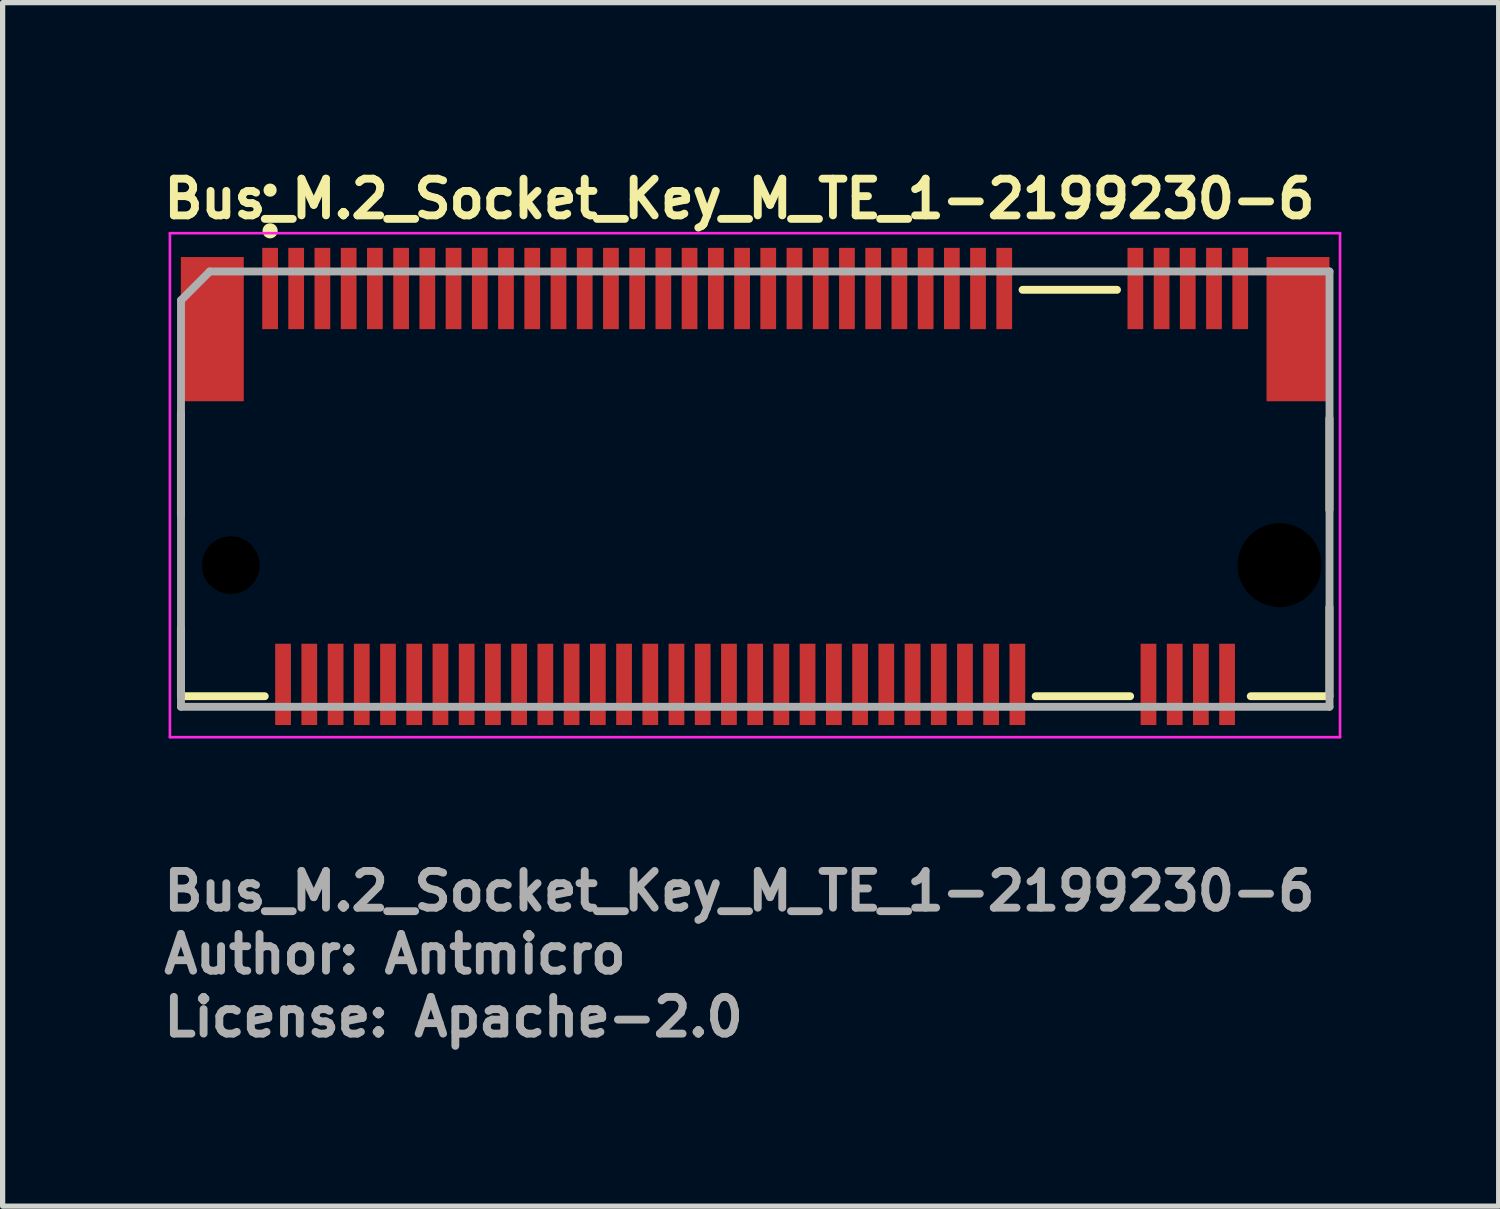
<source format=kicad_pcb>
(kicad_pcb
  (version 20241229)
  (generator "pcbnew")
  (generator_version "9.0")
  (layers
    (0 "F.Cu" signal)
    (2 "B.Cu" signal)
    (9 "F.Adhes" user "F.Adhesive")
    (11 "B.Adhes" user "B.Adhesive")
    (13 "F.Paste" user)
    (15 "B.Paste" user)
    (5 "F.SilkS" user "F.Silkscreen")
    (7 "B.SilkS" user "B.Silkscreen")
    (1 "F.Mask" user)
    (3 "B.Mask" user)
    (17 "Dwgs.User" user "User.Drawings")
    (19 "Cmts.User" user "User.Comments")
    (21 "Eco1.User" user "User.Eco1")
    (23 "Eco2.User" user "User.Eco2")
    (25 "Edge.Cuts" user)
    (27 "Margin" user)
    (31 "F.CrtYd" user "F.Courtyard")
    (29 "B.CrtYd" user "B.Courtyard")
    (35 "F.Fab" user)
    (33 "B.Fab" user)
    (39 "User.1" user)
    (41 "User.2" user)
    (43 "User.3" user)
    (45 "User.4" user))
  (footprint "Bus_M.2_Socket_Key_M_TE_1-2199230-6"
    (layer "F.Cu")
    (at 11.35 6.226)
    (property "Reference" "Bus_M.2_Socket_Key_M_TE_1-2199230-6" (at -11.35 -5.076 0) (layer "F.SilkS") (effects (font (size 0.7 0.7) (thickness 0.15)) (justify left bottom)))
    (attr smd)
    (fp_line (start -10.951 -1.401) (end -10.951 0.55) (stroke (width 0.15) (type solid)) (layer "F.SilkS"))
    (fp_line (start -10.951 2.7) (end -10.951 3.999) (stroke (width 0.15) (type solid)) (layer "F.SilkS"))
    (fp_line (start -10.951 3.999) (end -9.352 3.999) (stroke (width 0.15) (type solid)) (layer "F.SilkS"))
    (fp_line (start 5.097 -3.75) (end 6.898 -3.75) (stroke (width 0.15) (type solid)) (layer "F.SilkS"))
    (fp_line (start 5.347 3.999) (end 7.148 3.999) (stroke (width 0.15) (type solid)) (layer "F.SilkS"))
    (fp_line (start 9.448 3.999) (end 10.948 3.999) (stroke (width 0.15) (type solid)) (layer "F.SilkS"))
    (fp_line (start 10.948 0.449) (end 10.948 -1.301) (stroke (width 0.15) (type solid)) (layer "F.SilkS"))
    (fp_line (start 10.948 3.999) (end 10.948 2.3) (stroke (width 0.15) (type solid)) (layer "F.SilkS"))
    (fp_circle (center -9.25 -5.651) (end -9.2 -5.651) (stroke (width 0.15) (type solid)) (fill yes) (layer "F.SilkS"))
    (fp_circle (center -9.25 -4.875) (end -9.201 -4.826) (stroke (width 0.15) (type solid)) (fill yes) (layer "F.SilkS"))
    (fp_line (start -11.16 -4.83) (end -11.16 4.78) (stroke (width 0.05) (type solid)) (layer "F.CrtYd"))
    (fp_line (start -11.16 4.78) (end 11.15 4.78) (stroke (width 0.05) (type solid)) (layer "F.CrtYd"))
    (fp_line (start 11.15 -4.83) (end -11.16 -4.83) (stroke (width 0.05) (type solid)) (layer "F.CrtYd"))
    (fp_line (start 11.15 4.78) (end 11.15 -4.83) (stroke (width 0.05) (type solid)) (layer "F.CrtYd"))
    (fp_line (start -10.949 -3.55) (end -10.4 -4.1) (stroke (width 0.15) (type solid)) (layer "F.Fab"))
    (fp_line (start -10.949 4.2) (end -10.949 -3.55) (stroke (width 0.15) (type solid)) (layer "F.Fab"))
    (fp_line (start -10.4 -4.1) (end 10.95 -4.1) (stroke (width 0.15) (type solid)) (layer "F.Fab"))
    (fp_line (start 10.95 -4.1) (end 10.95 4.2) (stroke (width 0.15) (type solid)) (layer "F.Fab"))
    (fp_line (start 10.95 4.2) (end -10.949 4.2) (stroke (width 0.15) (type solid)) (layer "F.Fab"))
    (fp_rect (start -10.951 -4.351) (end 10.948 4.349) (stroke (width 0.1) (type solid)) (fill no) (layer "User.5"))
    (fp_rect (start -10.951 -4.351) (end 10.948 4.349) (stroke (width 0.1) (type solid)) (fill no) (layer "User.5"))
    (fp_line (start -10.951 -3.75) (end -10.951 1.749) (stroke (width 0.02) (type solid)) (layer "User.9"))
    (fp_line (start -10.951 -3.75) (end 10.948 -3.75) (stroke (width 0.02) (type solid)) (layer "User.9"))
    (fp_line (start -10.951 2.182) (end -10.951 1.749) (stroke (width 0.02) (type solid)) (layer "User.9"))
    (fp_line (start -10.951 2.182) (end -10.951 2.182) (stroke (width 0.02) (type solid)) (layer "User.9"))
    (fp_line (start -10.951 2.371) (end -10.951 2.182) (stroke (width 0.02) (type solid)) (layer "User.9"))
    (fp_line (start -10.951 2.371) (end -10.951 2.371) (stroke (width 0.02) (type solid)) (layer "User.9"))
    (fp_line (start -10.951 2.456) (end -10.951 2.371) (stroke (width 0.02) (type solid)) (layer "User.9"))
    (fp_line (start -10.951 2.456) (end -10.951 2.456) (stroke (width 0.02) (type solid)) (layer "User.9"))
    (fp_line (start -10.951 2.53) (end -10.951 2.456) (stroke (width 0.02) (type solid)) (layer "User.9"))
    (fp_line (start -10.951 2.53) (end -10.951 2.53) (stroke (width 0.02) (type solid)) (layer "User.9"))
    (fp_line (start -10.951 2.596) (end -10.951 2.53) (stroke (width 0.02) (type solid)) (layer "User.9"))
    (fp_line (start -10.951 2.596) (end -10.951 2.596) (stroke (width 0.02) (type solid)) (layer "User.9"))
    (fp_line (start -10.951 2.648) (end -10.951 2.596) (stroke (width 0.02) (type solid)) (layer "User.9"))
    (fp_line (start -10.951 2.648) (end -10.951 2.648) (stroke (width 0.02) (type solid)) (layer "User.9"))
    (fp_line (start -10.951 2.692) (end -10.951 2.648) (stroke (width 0.02) (type solid)) (layer "User.9"))
    (fp_line (start -10.951 2.692) (end -10.951 2.692) (stroke (width 0.02) (type solid)) (layer "User.9"))
    (fp_line (start -10.951 2.724) (end -10.951 2.692) (stroke (width 0.02) (type solid)) (layer "User.9"))
    (fp_line (start -10.951 2.724) (end -10.951 2.724) (stroke (width 0.02) (type solid)) (layer "User.9"))
    (fp_line (start -10.951 2.741) (end -10.951 2.724) (stroke (width 0.02) (type solid)) (layer "User.9"))
    (fp_line (start -10.951 2.741) (end -10.951 2.741) (stroke (width 0.02) (type solid)) (layer "User.9"))
    (fp_line (start -10.951 2.749) (end -10.951 2.741) (stroke (width 0.02) (type solid)) (layer "User.9"))
    (fp_line (start -10.951 2.749) (end -10.576 2.749) (stroke (width 0.02) (type solid)) (layer "User.9"))
    (fp_line (start -10.576 1.749) (end 6.073 1.749) (stroke (width 0.02) (type solid)) (layer "User.9"))
    (fp_line (start -10.576 2.749) (end -10.551 2.748) (stroke (width 0.02) (type solid)) (layer "User.9"))
    (fp_line (start -10.551 2.748) (end -10.526 2.746) (stroke (width 0.02) (type solid)) (layer "User.9"))
    (fp_line (start -10.526 2.746) (end -10.503 2.742) (stroke (width 0.02) (type solid)) (layer "User.9"))
    (fp_line (start -10.503 2.742) (end -10.478 2.74) (stroke (width 0.02) (type solid)) (layer "User.9"))
    (fp_line (start -10.478 2.74) (end -10.455 2.733) (stroke (width 0.02) (type solid)) (layer "User.9"))
    (fp_line (start -10.455 2.733) (end -10.43 2.726) (stroke (width 0.02) (type solid)) (layer "User.9"))
    (fp_line (start -10.43 2.726) (end -10.408 2.718) (stroke (width 0.02) (type solid)) (layer "User.9"))
    (fp_line (start -10.408 2.718) (end -10.385 2.709) (stroke (width 0.02) (type solid)) (layer "User.9"))
    (fp_line (start -10.385 2.709) (end -10.363 2.701) (stroke (width 0.02) (type solid)) (layer "User.9"))
    (fp_line (start -10.363 2.701) (end -10.342 2.69) (stroke (width 0.02) (type solid)) (layer "User.9"))
    (fp_line (start -10.342 2.69) (end -10.32 2.677) (stroke (width 0.02) (type solid)) (layer "User.9"))
    (fp_line (start -10.32 2.677) (end -10.299 2.664) (stroke (width 0.02) (type solid)) (layer "User.9"))
    (fp_line (start -10.299 2.664) (end -10.279 2.651) (stroke (width 0.02) (type solid)) (layer "User.9"))
    (fp_line (start -10.279 2.651) (end -10.26 2.636) (stroke (width 0.02) (type solid)) (layer "User.9"))
    (fp_line (start -10.26 2.636) (end -10.24 2.62) (stroke (width 0.02) (type solid)) (layer "User.9"))
    (fp_line (start -10.24 2.62) (end -10.222 2.601) (stroke (width 0.02) (type solid)) (layer "User.9"))
    (fp_line (start -10.222 2.601) (end -10.222 2.601) (stroke (width 0.02) (type solid)) (layer "User.9"))
    (fp_line (start -10.222 2.601) (end -10.206 2.584) (stroke (width 0.02) (type solid)) (layer "User.9"))
    (fp_line (start -10.206 2.584) (end -10.19 2.565) (stroke (width 0.02) (type solid)) (layer "User.9"))
    (fp_line (start -10.19 2.565) (end -10.176 2.546) (stroke (width 0.02) (type solid)) (layer "User.9"))
    (fp_line (start -10.176 2.546) (end -10.161 2.527) (stroke (width 0.02) (type solid)) (layer "User.9"))
    (fp_line (start -10.161 2.527) (end -10.147 2.504) (stroke (width 0.02) (type solid)) (layer "User.9"))
    (fp_line (start -10.147 2.504) (end -10.135 2.483) (stroke (width 0.02) (type solid)) (layer "User.9"))
    (fp_line (start -10.135 2.483) (end -10.123 2.463) (stroke (width 0.02) (type solid)) (layer "User.9"))
    (fp_line (start -10.123 2.463) (end -10.115 2.44) (stroke (width 0.02) (type solid)) (layer "User.9"))
    (fp_line (start -10.115 2.44) (end -10.106 2.418) (stroke (width 0.02) (type solid)) (layer "User.9"))
    (fp_line (start -10.106 2.418) (end -10.097 2.394) (stroke (width 0.02) (type solid)) (layer "User.9"))
    (fp_line (start -10.097 2.394) (end -10.092 2.37) (stroke (width 0.02) (type solid)) (layer "User.9"))
    (fp_line (start -10.092 2.37) (end -10.086 2.347) (stroke (width 0.02) (type solid)) (layer "User.9"))
    (fp_line (start -10.086 2.347) (end -10.083 2.322) (stroke (width 0.02) (type solid)) (layer "User.9"))
    (fp_line (start -10.083 2.322) (end -10.08 2.297) (stroke (width 0.02) (type solid)) (layer "User.9"))
    (fp_line (start -10.08 2.297) (end -10.077 2.273) (stroke (width 0.02) (type solid)) (layer "User.9"))
    (fp_line (start -10.077 2.101) (end -10.077 1.749) (stroke (width 0.02) (type solid)) (layer "User.9"))
    (fp_line (start -10.077 2.101) (end -10.077 2.101) (stroke (width 0.02) (type solid)) (layer "User.9"))
    (fp_line (start -10.077 2.249) (end -10.077 2.101) (stroke (width 0.02) (type solid)) (layer "User.9"))
    (fp_line (start -10.077 2.273) (end -10.077 2.249) (stroke (width 0.02) (type solid)) (layer "User.9"))
    (fp_line (start -9.551 -3.222) (end -8.952 -3.222) (stroke (width 0.02) (type solid)) (layer "User.9"))
    (fp_line (start -9.5 1.749) (end -9.5 3.999) (stroke (width 0.02) (type solid)) (layer "User.9"))
    (fp_line (start -9.5 2.749) (end -10.576 2.749) (stroke (width 0.02) (type solid)) (layer "User.9"))
    (fp_line (start -9.5 3.999) (end 5.342 3.999) (stroke (width 0.02) (type solid)) (layer "User.9"))
    (fp_line (start -9.326 -4.351) (end -9.326 -3.851) (stroke (width 0.02) (type solid)) (layer "User.9"))
    (fp_line (start -9.326 -4.351) (end -9.177 -4.351) (stroke (width 0.02) (type solid)) (layer "User.9"))
    (fp_line (start -9.326 -3.851) (end -9.326 -3.75) (stroke (width 0.02) (type solid)) (layer "User.9"))
    (fp_line (start -9.25 -3.741) (end -9.551 -3.222) (stroke (width 0.02) (type solid)) (layer "User.9"))
    (fp_line (start -9.177 -4.351) (end -9.177 -3.851) (stroke (width 0.02) (type solid)) (layer "User.9"))
    (fp_line (start -9.177 -3.851) (end -9.177 -3.75) (stroke (width 0.02) (type solid)) (layer "User.9"))
    (fp_line (start -9.096 2.249) (end -9.076 1.979) (stroke (width 0.02) (type solid)) (layer "User.9"))
    (fp_line (start -9.096 2.249) (end -8.907 2.249) (stroke (width 0.02) (type solid)) (layer "User.9"))
    (fp_line (start -9.076 1.749) (end -9.076 1.796) (stroke (width 0.02) (type solid)) (layer "User.9"))
    (fp_line (start -9.076 1.902) (end -9.076 1.796) (stroke (width 0.02) (type solid)) (layer "User.9"))
    (fp_line (start -9.076 1.902) (end -9.076 1.979) (stroke (width 0.02) (type solid)) (layer "User.9"))
    (fp_line (start -9.076 3.999) (end -9.076 4.349) (stroke (width 0.02) (type solid)) (layer "User.9"))
    (fp_line (start -9.076 4.349) (end -8.926 4.349) (stroke (width 0.02) (type solid)) (layer "User.9"))
    (fp_line (start -8.952 -3.222) (end -9.25 -3.741) (stroke (width 0.02) (type solid)) (layer "User.9"))
    (fp_line (start -8.926 1.749) (end -8.926 1.796) (stroke (width 0.02) (type solid)) (layer "User.9"))
    (fp_line (start -8.926 1.902) (end -8.926 1.796) (stroke (width 0.02) (type solid)) (layer "User.9"))
    (fp_line (start -8.926 1.902) (end -8.926 1.979) (stroke (width 0.02) (type solid)) (layer "User.9"))
    (fp_line (start -8.926 3.999) (end -8.926 4.349) (stroke (width 0.02) (type solid)) (layer "User.9"))
    (fp_line (start -8.907 2.249) (end -8.926 1.979) (stroke (width 0.02) (type solid)) (layer "User.9"))
    (fp_line (start -8.827 -4.351) (end -8.827 -3.851) (stroke (width 0.02) (type solid)) (layer "User.9"))
    (fp_line (start -8.827 -4.351) (end -8.676 -4.351) (stroke (width 0.02) (type solid)) (layer "User.9"))
    (fp_line (start -8.827 -3.851) (end -8.827 -3.75) (stroke (width 0.02) (type solid)) (layer "User.9"))
    (fp_line (start -8.676 -4.351) (end -8.676 -3.851) (stroke (width 0.02) (type solid)) (layer "User.9"))
    (fp_line (start -8.676 -3.851) (end -8.676 -3.75) (stroke (width 0.02) (type solid)) (layer "User.9"))
    (fp_line (start -8.594 2.249) (end -8.576 1.979) (stroke (width 0.02) (type solid)) (layer "User.9"))
    (fp_line (start -8.594 2.249) (end -8.408 2.249) (stroke (width 0.02) (type solid)) (layer "User.9"))
    (fp_line (start -8.576 1.749) (end -8.576 1.796) (stroke (width 0.02) (type solid)) (layer "User.9"))
    (fp_line (start -8.576 1.902) (end -8.576 1.796) (stroke (width 0.02) (type solid)) (layer "User.9"))
    (fp_line (start -8.576 1.902) (end -8.576 1.979) (stroke (width 0.02) (type solid)) (layer "User.9"))
    (fp_line (start -8.576 3.999) (end -8.576 4.349) (stroke (width 0.02) (type solid)) (layer "User.9"))
    (fp_line (start -8.576 4.349) (end -8.426 4.349) (stroke (width 0.02) (type solid)) (layer "User.9"))
    (fp_line (start -8.426 1.749) (end -8.426 1.796) (stroke (width 0.02) (type solid)) (layer "User.9"))
    (fp_line (start -8.426 1.902) (end -8.426 1.796) (stroke (width 0.02) (type solid)) (layer "User.9"))
    (fp_line (start -8.426 1.902) (end -8.426 1.979) (stroke (width 0.02) (type solid)) (layer "User.9"))
    (fp_line (start -8.426 3.999) (end -8.426 4.349) (stroke (width 0.02) (type solid)) (layer "User.9"))
    (fp_line (start -8.408 2.249) (end -8.426 1.979) (stroke (width 0.02) (type solid)) (layer "User.9"))
    (fp_line (start -8.325 -4.351) (end -8.325 -3.851) (stroke (width 0.02) (type solid)) (layer "User.9"))
    (fp_line (start -8.325 -4.351) (end -8.176 -4.351) (stroke (width 0.02) (type solid)) (layer "User.9"))
    (fp_line (start -8.325 -3.851) (end -8.325 -3.75) (stroke (width 0.02) (type solid)) (layer "User.9"))
    (fp_line (start -8.176 -4.351) (end -8.176 -3.851) (stroke (width 0.02) (type solid)) (layer "User.9"))
    (fp_line (start -8.176 -3.851) (end -8.176 -3.75) (stroke (width 0.02) (type solid)) (layer "User.9"))
    (fp_line (start -8.096 2.249) (end -8.075 1.979) (stroke (width 0.02) (type solid)) (layer "User.9"))
    (fp_line (start -8.096 2.249) (end -7.909 2.249) (stroke (width 0.02) (type solid)) (layer "User.9"))
    (fp_line (start -8.075 1.749) (end -8.075 1.796) (stroke (width 0.02) (type solid)) (layer "User.9"))
    (fp_line (start -8.075 1.902) (end -8.075 1.796) (stroke (width 0.02) (type solid)) (layer "User.9"))
    (fp_line (start -8.075 1.902) (end -8.075 1.979) (stroke (width 0.02) (type solid)) (layer "User.9"))
    (fp_line (start -8.075 3.999) (end -8.075 4.349) (stroke (width 0.02) (type solid)) (layer "User.9"))
    (fp_line (start -8.075 4.349) (end -7.926 4.349) (stroke (width 0.02) (type solid)) (layer "User.9"))
    (fp_line (start -7.926 1.749) (end -7.926 1.796) (stroke (width 0.02) (type solid)) (layer "User.9"))
    (fp_line (start -7.926 1.902) (end -7.926 1.796) (stroke (width 0.02) (type solid)) (layer "User.9"))
    (fp_line (start -7.926 1.902) (end -7.926 1.979) (stroke (width 0.02) (type solid)) (layer "User.9"))
    (fp_line (start -7.926 3.999) (end -7.926 4.349) (stroke (width 0.02) (type solid)) (layer "User.9"))
    (fp_line (start -7.909 2.249) (end -7.926 1.979) (stroke (width 0.02) (type solid)) (layer "User.9"))
    (fp_line (start -7.827 -4.351) (end -7.827 -3.851) (stroke (width 0.02) (type solid)) (layer "User.9"))
    (fp_line (start -7.827 -4.351) (end -7.676 -4.351) (stroke (width 0.02) (type solid)) (layer "User.9"))
    (fp_line (start -7.827 -3.851) (end -7.827 -3.75) (stroke (width 0.02) (type solid)) (layer "User.9"))
    (fp_line (start -7.676 -4.351) (end -7.676 -3.851) (stroke (width 0.02) (type solid)) (layer "User.9"))
    (fp_line (start -7.676 -3.851) (end -7.676 -3.75) (stroke (width 0.02) (type solid)) (layer "User.9"))
    (fp_line (start -7.595 2.249) (end -7.577 1.979) (stroke (width 0.02) (type solid)) (layer "User.9"))
    (fp_line (start -7.595 2.249) (end -7.409 2.249) (stroke (width 0.02) (type solid)) (layer "User.9"))
    (fp_line (start -7.577 1.749) (end -7.577 1.796) (stroke (width 0.02) (type solid)) (layer "User.9"))
    (fp_line (start -7.577 1.902) (end -7.577 1.796) (stroke (width 0.02) (type solid)) (layer "User.9"))
    (fp_line (start -7.577 1.902) (end -7.577 1.979) (stroke (width 0.02) (type solid)) (layer "User.9"))
    (fp_line (start -7.577 3.999) (end -7.577 4.349) (stroke (width 0.02) (type solid)) (layer "User.9"))
    (fp_line (start -7.577 4.349) (end -7.427 4.349) (stroke (width 0.02) (type solid)) (layer "User.9"))
    (fp_line (start -7.427 1.749) (end -7.427 1.796) (stroke (width 0.02) (type solid)) (layer "User.9"))
    (fp_line (start -7.427 1.902) (end -7.427 1.796) (stroke (width 0.02) (type solid)) (layer "User.9"))
    (fp_line (start -7.427 1.902) (end -7.427 1.979) (stroke (width 0.02) (type solid)) (layer "User.9"))
    (fp_line (start -7.427 3.999) (end -7.427 4.349) (stroke (width 0.02) (type solid)) (layer "User.9"))
    (fp_line (start -7.409 2.249) (end -7.427 1.979) (stroke (width 0.02) (type solid)) (layer "User.9"))
    (fp_line (start -7.327 -4.351) (end -7.327 -3.851) (stroke (width 0.02) (type solid)) (layer "User.9"))
    (fp_line (start -7.327 -4.351) (end -7.175 -4.351) (stroke (width 0.02) (type solid)) (layer "User.9"))
    (fp_line (start -7.327 -3.851) (end -7.327 -3.75) (stroke (width 0.02) (type solid)) (layer "User.9"))
    (fp_line (start -7.175 -4.351) (end -7.175 -3.851) (stroke (width 0.02) (type solid)) (layer "User.9"))
    (fp_line (start -7.175 -3.851) (end -7.175 -3.75) (stroke (width 0.02) (type solid)) (layer "User.9"))
    (fp_line (start -7.095 2.249) (end -7.077 1.979) (stroke (width 0.02) (type solid)) (layer "User.9"))
    (fp_line (start -7.095 2.249) (end -6.909 2.249) (stroke (width 0.02) (type solid)) (layer "User.9"))
    (fp_line (start -7.077 1.749) (end -7.077 1.796) (stroke (width 0.02) (type solid)) (layer "User.9"))
    (fp_line (start -7.077 1.902) (end -7.077 1.796) (stroke (width 0.02) (type solid)) (layer "User.9"))
    (fp_line (start -7.077 1.902) (end -7.077 1.979) (stroke (width 0.02) (type solid)) (layer "User.9"))
    (fp_line (start -7.077 3.999) (end -7.077 4.349) (stroke (width 0.02) (type solid)) (layer "User.9"))
    (fp_line (start -7.077 4.349) (end -6.925 4.349) (stroke (width 0.02) (type solid)) (layer "User.9"))
    (fp_line (start -6.925 1.749) (end -6.925 1.796) (stroke (width 0.02) (type solid)) (layer "User.9"))
    (fp_line (start -6.925 1.902) (end -6.925 1.796) (stroke (width 0.02) (type solid)) (layer "User.9"))
    (fp_line (start -6.925 1.902) (end -6.925 1.979) (stroke (width 0.02) (type solid)) (layer "User.9"))
    (fp_line (start -6.925 3.999) (end -6.925 4.349) (stroke (width 0.02) (type solid)) (layer "User.9"))
    (fp_line (start -6.909 2.249) (end -6.925 1.979) (stroke (width 0.02) (type solid)) (layer "User.9"))
    (fp_line (start -6.827 -4.351) (end -6.827 -3.851) (stroke (width 0.02) (type solid)) (layer "User.9"))
    (fp_line (start -6.827 -4.351) (end -6.675 -4.351) (stroke (width 0.02) (type solid)) (layer "User.9"))
    (fp_line (start -6.827 -3.851) (end -6.827 -3.75) (stroke (width 0.02) (type solid)) (layer "User.9"))
    (fp_line (start -6.675 -4.351) (end -6.675 -3.851) (stroke (width 0.02) (type solid)) (layer "User.9"))
    (fp_line (start -6.675 -3.851) (end -6.675 -3.75) (stroke (width 0.02) (type solid)) (layer "User.9"))
    (fp_line (start -6.595 2.249) (end -6.577 1.979) (stroke (width 0.02) (type solid)) (layer "User.9"))
    (fp_line (start -6.595 2.249) (end -6.409 2.249) (stroke (width 0.02) (type solid)) (layer "User.9"))
    (fp_line (start -6.577 1.749) (end -6.577 1.796) (stroke (width 0.02) (type solid)) (layer "User.9"))
    (fp_line (start -6.577 1.902) (end -6.577 1.796) (stroke (width 0.02) (type solid)) (layer "User.9"))
    (fp_line (start -6.577 1.902) (end -6.577 1.979) (stroke (width 0.02) (type solid)) (layer "User.9"))
    (fp_line (start -6.577 3.999) (end -6.577 4.349) (stroke (width 0.02) (type solid)) (layer "User.9"))
    (fp_line (start -6.577 4.349) (end -6.425 4.349) (stroke (width 0.02) (type solid)) (layer "User.9"))
    (fp_line (start -6.425 1.749) (end -6.425 1.796) (stroke (width 0.02) (type solid)) (layer "User.9"))
    (fp_line (start -6.425 1.902) (end -6.425 1.796) (stroke (width 0.02) (type solid)) (layer "User.9"))
    (fp_line (start -6.425 1.902) (end -6.425 1.979) (stroke (width 0.02) (type solid)) (layer "User.9"))
    (fp_line (start -6.425 3.999) (end -6.425 4.349) (stroke (width 0.02) (type solid)) (layer "User.9"))
    (fp_line (start -6.409 2.249) (end -6.425 1.979) (stroke (width 0.02) (type solid)) (layer "User.9"))
    (fp_line (start -6.327 -4.351) (end -6.327 -3.851) (stroke (width 0.02) (type solid)) (layer "User.9"))
    (fp_line (start -6.327 -4.351) (end -6.175 -4.351) (stroke (width 0.02) (type solid)) (layer "User.9"))
    (fp_line (start -6.327 -3.851) (end -6.327 -3.75) (stroke (width 0.02) (type solid)) (layer "User.9"))
    (fp_line (start -6.175 -4.351) (end -6.175 -3.851) (stroke (width 0.02) (type solid)) (layer "User.9"))
    (fp_line (start -6.175 -3.851) (end -6.175 -3.75) (stroke (width 0.02) (type solid)) (layer "User.9"))
    (fp_line (start -6.095 2.249) (end -6.077 1.979) (stroke (width 0.02) (type solid)) (layer "User.9"))
    (fp_line (start -6.095 2.249) (end -5.909 2.249) (stroke (width 0.02) (type solid)) (layer "User.9"))
    (fp_line (start -6.077 1.749) (end -6.077 1.796) (stroke (width 0.02) (type solid)) (layer "User.9"))
    (fp_line (start -6.077 1.902) (end -6.077 1.796) (stroke (width 0.02) (type solid)) (layer "User.9"))
    (fp_line (start -6.077 1.902) (end -6.077 1.979) (stroke (width 0.02) (type solid)) (layer "User.9"))
    (fp_line (start -6.077 3.999) (end -6.077 4.349) (stroke (width 0.02) (type solid)) (layer "User.9"))
    (fp_line (start -6.077 4.349) (end -5.925 4.349) (stroke (width 0.02) (type solid)) (layer "User.9"))
    (fp_line (start -5.925 1.749) (end -5.925 1.796) (stroke (width 0.02) (type solid)) (layer "User.9"))
    (fp_line (start -5.925 1.902) (end -5.925 1.796) (stroke (width 0.02) (type solid)) (layer "User.9"))
    (fp_line (start -5.925 1.902) (end -5.925 1.979) (stroke (width 0.02) (type solid)) (layer "User.9"))
    (fp_line (start -5.925 3.999) (end -5.925 4.349) (stroke (width 0.02) (type solid)) (layer "User.9"))
    (fp_line (start -5.909 2.249) (end -5.925 1.979) (stroke (width 0.02) (type solid)) (layer "User.9"))
    (fp_line (start -5.827 -4.351) (end -5.827 -3.851) (stroke (width 0.02) (type solid)) (layer "User.9"))
    (fp_line (start -5.827 -4.351) (end -5.675 -4.351) (stroke (width 0.02) (type solid)) (layer "User.9"))
    (fp_line (start -5.827 -3.851) (end -5.827 -3.75) (stroke (width 0.02) (type solid)) (layer "User.9"))
    (fp_line (start -5.675 -4.351) (end -5.675 -3.851) (stroke (width 0.02) (type solid)) (layer "User.9"))
    (fp_line (start -5.675 -3.851) (end -5.675 -3.75) (stroke (width 0.02) (type solid)) (layer "User.9"))
    (fp_line (start -5.595 2.249) (end -5.577 1.979) (stroke (width 0.02) (type solid)) (layer "User.9"))
    (fp_line (start -5.595 2.249) (end -5.409 2.249) (stroke (width 0.02) (type solid)) (layer "User.9"))
    (fp_line (start -5.577 1.749) (end -5.577 1.796) (stroke (width 0.02) (type solid)) (layer "User.9"))
    (fp_line (start -5.577 1.902) (end -5.577 1.796) (stroke (width 0.02) (type solid)) (layer "User.9"))
    (fp_line (start -5.577 1.902) (end -5.577 1.979) (stroke (width 0.02) (type solid)) (layer "User.9"))
    (fp_line (start -5.577 3.999) (end -5.577 4.349) (stroke (width 0.02) (type solid)) (layer "User.9"))
    (fp_line (start -5.577 4.349) (end -5.425 4.349) (stroke (width 0.02) (type solid)) (layer "User.9"))
    (fp_line (start -5.425 1.749) (end -5.425 1.796) (stroke (width 0.02) (type solid)) (layer "User.9"))
    (fp_line (start -5.425 1.902) (end -5.425 1.796) (stroke (width 0.02) (type solid)) (layer "User.9"))
    (fp_line (start -5.425 1.902) (end -5.425 1.979) (stroke (width 0.02) (type solid)) (layer "User.9"))
    (fp_line (start -5.425 3.999) (end -5.425 4.349) (stroke (width 0.02) (type solid)) (layer "User.9"))
    (fp_line (start -5.409 2.249) (end -5.425 1.979) (stroke (width 0.02) (type solid)) (layer "User.9"))
    (fp_line (start -5.327 -4.351) (end -5.327 -3.851) (stroke (width 0.02) (type solid)) (layer "User.9"))
    (fp_line (start -5.327 -4.351) (end -5.175 -4.351) (stroke (width 0.02) (type solid)) (layer "User.9"))
    (fp_line (start -5.327 -3.851) (end -5.327 -3.75) (stroke (width 0.02) (type solid)) (layer "User.9"))
    (fp_line (start -5.175 -4.351) (end -5.175 -3.851) (stroke (width 0.02) (type solid)) (layer "User.9"))
    (fp_line (start -5.175 -3.851) (end -5.175 -3.75) (stroke (width 0.02) (type solid)) (layer "User.9"))
    (fp_line (start -5.095 2.249) (end -5.077 1.979) (stroke (width 0.02) (type solid)) (layer "User.9"))
    (fp_line (start -5.095 2.249) (end -4.909 2.249) (stroke (width 0.02) (type solid)) (layer "User.9"))
    (fp_line (start -5.077 1.749) (end -5.077 1.796) (stroke (width 0.02) (type solid)) (layer "User.9"))
    (fp_line (start -5.077 1.902) (end -5.077 1.796) (stroke (width 0.02) (type solid)) (layer "User.9"))
    (fp_line (start -5.077 1.902) (end -5.077 1.979) (stroke (width 0.02) (type solid)) (layer "User.9"))
    (fp_line (start -5.077 3.999) (end -5.077 4.349) (stroke (width 0.02) (type solid)) (layer "User.9"))
    (fp_line (start -5.077 4.349) (end -4.925 4.349) (stroke (width 0.02) (type solid)) (layer "User.9"))
    (fp_line (start -4.925 1.749) (end -4.925 1.796) (stroke (width 0.02) (type solid)) (layer "User.9"))
    (fp_line (start -4.925 1.902) (end -4.925 1.796) (stroke (width 0.02) (type solid)) (layer "User.9"))
    (fp_line (start -4.925 1.902) (end -4.925 1.979) (stroke (width 0.02) (type solid)) (layer "User.9"))
    (fp_line (start -4.925 3.999) (end -4.925 4.349) (stroke (width 0.02) (type solid)) (layer "User.9"))
    (fp_line (start -4.909 2.249) (end -4.925 1.979) (stroke (width 0.02) (type solid)) (layer "User.9"))
    (fp_line (start -4.827 -4.351) (end -4.827 -3.851) (stroke (width 0.02) (type solid)) (layer "User.9"))
    (fp_line (start -4.827 -4.351) (end -4.675 -4.351) (stroke (width 0.02) (type solid)) (layer "User.9"))
    (fp_line (start -4.827 -3.851) (end -4.827 -3.75) (stroke (width 0.02) (type solid)) (layer "User.9"))
    (fp_line (start -4.675 -4.351) (end -4.675 -3.851) (stroke (width 0.02) (type solid)) (layer "User.9"))
    (fp_line (start -4.675 -3.851) (end -4.675 -3.75) (stroke (width 0.02) (type solid)) (layer "User.9"))
    (fp_line (start -4.595 2.249) (end -4.577 1.979) (stroke (width 0.02) (type solid)) (layer "User.9"))
    (fp_line (start -4.595 2.249) (end -4.409 2.249) (stroke (width 0.02) (type solid)) (layer "User.9"))
    (fp_line (start -4.577 1.749) (end -4.577 1.796) (stroke (width 0.02) (type solid)) (layer "User.9"))
    (fp_line (start -4.577 1.902) (end -4.577 1.796) (stroke (width 0.02) (type solid)) (layer "User.9"))
    (fp_line (start -4.577 1.902) (end -4.577 1.979) (stroke (width 0.02) (type solid)) (layer "User.9"))
    (fp_line (start -4.577 3.999) (end -4.577 4.349) (stroke (width 0.02) (type solid)) (layer "User.9"))
    (fp_line (start -4.577 4.349) (end -4.425 4.349) (stroke (width 0.02) (type solid)) (layer "User.9"))
    (fp_line (start -4.425 1.749) (end -4.425 1.796) (stroke (width 0.02) (type solid)) (layer "User.9"))
    (fp_line (start -4.425 1.902) (end -4.425 1.796) (stroke (width 0.02) (type solid)) (layer "User.9"))
    (fp_line (start -4.425 1.902) (end -4.425 1.979) (stroke (width 0.02) (type solid)) (layer "User.9"))
    (fp_line (start -4.425 3.999) (end -4.425 4.349) (stroke (width 0.02) (type solid)) (layer "User.9"))
    (fp_line (start -4.409 2.249) (end -4.425 1.979) (stroke (width 0.02) (type solid)) (layer "User.9"))
    (fp_line (start -4.327 -4.351) (end -4.327 -3.851) (stroke (width 0.02) (type solid)) (layer "User.9"))
    (fp_line (start -4.327 -4.351) (end -4.175 -4.351) (stroke (width 0.02) (type solid)) (layer "User.9"))
    (fp_line (start -4.327 -3.851) (end -4.327 -3.75) (stroke (width 0.02) (type solid)) (layer "User.9"))
    (fp_line (start -4.175 -4.351) (end -4.175 -3.851) (stroke (width 0.02) (type solid)) (layer "User.9"))
    (fp_line (start -4.175 -3.851) (end -4.175 -3.75) (stroke (width 0.02) (type solid)) (layer "User.9"))
    (fp_line (start -4.095 2.249) (end -4.077 1.979) (stroke (width 0.02) (type solid)) (layer "User.9"))
    (fp_line (start -4.095 2.249) (end -3.908 2.249) (stroke (width 0.02) (type solid)) (layer "User.9"))
    (fp_line (start -4.077 1.749) (end -4.077 1.796) (stroke (width 0.02) (type solid)) (layer "User.9"))
    (fp_line (start -4.077 1.902) (end -4.077 1.796) (stroke (width 0.02) (type solid)) (layer "User.9"))
    (fp_line (start -4.077 1.902) (end -4.077 1.979) (stroke (width 0.02) (type solid)) (layer "User.9"))
    (fp_line (start -4.077 3.999) (end -4.077 4.349) (stroke (width 0.02) (type solid)) (layer "User.9"))
    (fp_line (start -4.077 4.349) (end -3.926 4.349) (stroke (width 0.02) (type solid)) (layer "User.9"))
    (fp_line (start -3.926 1.749) (end -3.926 1.796) (stroke (width 0.02) (type solid)) (layer "User.9"))
    (fp_line (start -3.926 1.902) (end -3.926 1.796) (stroke (width 0.02) (type solid)) (layer "User.9"))
    (fp_line (start -3.926 1.902) (end -3.926 1.979) (stroke (width 0.02) (type solid)) (layer "User.9"))
    (fp_line (start -3.926 3.999) (end -3.926 4.349) (stroke (width 0.02) (type solid)) (layer "User.9"))
    (fp_line (start -3.908 2.249) (end -3.926 1.979) (stroke (width 0.02) (type solid)) (layer "User.9"))
    (fp_line (start -3.826 -4.351) (end -3.826 -3.851) (stroke (width 0.02) (type solid)) (layer "User.9"))
    (fp_line (start -3.826 -4.351) (end -3.676 -4.351) (stroke (width 0.02) (type solid)) (layer "User.9"))
    (fp_line (start -3.826 -3.851) (end -3.826 -3.75) (stroke (width 0.02) (type solid)) (layer "User.9"))
    (fp_line (start -3.676 -4.351) (end -3.676 -3.851) (stroke (width 0.02) (type solid)) (layer "User.9"))
    (fp_line (start -3.676 -3.851) (end -3.676 -3.75) (stroke (width 0.02) (type solid)) (layer "User.9"))
    (fp_line (start -3.596 2.249) (end -3.576 1.979) (stroke (width 0.02) (type solid)) (layer "User.9"))
    (fp_line (start -3.596 2.249) (end -3.408 2.249) (stroke (width 0.02) (type solid)) (layer "User.9"))
    (fp_line (start -3.576 1.749) (end -3.576 1.796) (stroke (width 0.02) (type solid)) (layer "User.9"))
    (fp_line (start -3.576 1.902) (end -3.576 1.796) (stroke (width 0.02) (type solid)) (layer "User.9"))
    (fp_line (start -3.576 1.902) (end -3.576 1.979) (stroke (width 0.02) (type solid)) (layer "User.9"))
    (fp_line (start -3.576 3.999) (end -3.576 4.349) (stroke (width 0.02) (type solid)) (layer "User.9"))
    (fp_line (start -3.576 4.349) (end -3.426 4.349) (stroke (width 0.02) (type solid)) (layer "User.9"))
    (fp_line (start -3.426 1.749) (end -3.426 1.796) (stroke (width 0.02) (type solid)) (layer "User.9"))
    (fp_line (start -3.426 1.902) (end -3.426 1.796) (stroke (width 0.02) (type solid)) (layer "User.9"))
    (fp_line (start -3.426 1.902) (end -3.426 1.979) (stroke (width 0.02) (type solid)) (layer "User.9"))
    (fp_line (start -3.426 3.999) (end -3.426 4.349) (stroke (width 0.02) (type solid)) (layer "User.9"))
    (fp_line (start -3.408 2.249) (end -3.426 1.979) (stroke (width 0.02) (type solid)) (layer "User.9"))
    (fp_line (start -3.326 -4.351) (end -3.326 -3.851) (stroke (width 0.02) (type solid)) (layer "User.9"))
    (fp_line (start -3.326 -4.351) (end -3.176 -4.351) (stroke (width 0.02) (type solid)) (layer "User.9"))
    (fp_line (start -3.326 -3.851) (end -3.326 -3.75) (stroke (width 0.02) (type solid)) (layer "User.9"))
    (fp_line (start -3.176 -4.351) (end -3.176 -3.851) (stroke (width 0.02) (type solid)) (layer "User.9"))
    (fp_line (start -3.176 -3.851) (end -3.176 -3.75) (stroke (width 0.02) (type solid)) (layer "User.9"))
    (fp_line (start -3.096 2.249) (end -3.077 1.979) (stroke (width 0.02) (type solid)) (layer "User.9"))
    (fp_line (start -3.096 2.249) (end -2.908 2.249) (stroke (width 0.02) (type solid)) (layer "User.9"))
    (fp_line (start -3.077 1.749) (end -3.077 1.796) (stroke (width 0.02) (type solid)) (layer "User.9"))
    (fp_line (start -3.077 1.902) (end -3.077 1.796) (stroke (width 0.02) (type solid)) (layer "User.9"))
    (fp_line (start -3.077 1.902) (end -3.077 1.979) (stroke (width 0.02) (type solid)) (layer "User.9"))
    (fp_line (start -3.077 3.999) (end -3.077 4.349) (stroke (width 0.02) (type solid)) (layer "User.9"))
    (fp_line (start -3.077 4.349) (end -2.926 4.349) (stroke (width 0.02) (type solid)) (layer "User.9"))
    (fp_line (start -2.926 1.749) (end -2.926 1.796) (stroke (width 0.02) (type solid)) (layer "User.9"))
    (fp_line (start -2.926 1.902) (end -2.926 1.796) (stroke (width 0.02) (type solid)) (layer "User.9"))
    (fp_line (start -2.926 1.902) (end -2.926 1.979) (stroke (width 0.02) (type solid)) (layer "User.9"))
    (fp_line (start -2.926 3.999) (end -2.926 4.349) (stroke (width 0.02) (type solid)) (layer "User.9"))
    (fp_line (start -2.908 2.249) (end -2.926 1.979) (stroke (width 0.02) (type solid)) (layer "User.9"))
    (fp_line (start -2.827 -4.351) (end -2.827 -3.851) (stroke (width 0.02) (type solid)) (layer "User.9"))
    (fp_line (start -2.827 -4.351) (end -2.676 -4.351) (stroke (width 0.02) (type solid)) (layer "User.9"))
    (fp_line (start -2.827 -3.851) (end -2.827 -3.75) (stroke (width 0.02) (type solid)) (layer "User.9"))
    (fp_line (start -2.676 -4.351) (end -2.676 -3.851) (stroke (width 0.02) (type solid)) (layer "User.9"))
    (fp_line (start -2.676 -3.851) (end -2.676 -3.75) (stroke (width 0.02) (type solid)) (layer "User.9"))
    (fp_line (start -2.594 2.249) (end -2.577 1.979) (stroke (width 0.02) (type solid)) (layer "User.9"))
    (fp_line (start -2.594 2.249) (end -2.408 2.249) (stroke (width 0.02) (type solid)) (layer "User.9"))
    (fp_line (start -2.577 1.749) (end -2.577 1.796) (stroke (width 0.02) (type solid)) (layer "User.9"))
    (fp_line (start -2.577 1.902) (end -2.577 1.796) (stroke (width 0.02) (type solid)) (layer "User.9"))
    (fp_line (start -2.577 1.902) (end -2.577 1.979) (stroke (width 0.02) (type solid)) (layer "User.9"))
    (fp_line (start -2.577 3.999) (end -2.577 4.349) (stroke (width 0.02) (type solid)) (layer "User.9"))
    (fp_line (start -2.577 4.349) (end -2.426 4.349) (stroke (width 0.02) (type solid)) (layer "User.9"))
    (fp_line (start -2.426 1.749) (end -2.426 1.796) (stroke (width 0.02) (type solid)) (layer "User.9"))
    (fp_line (start -2.426 1.902) (end -2.426 1.796) (stroke (width 0.02) (type solid)) (layer "User.9"))
    (fp_line (start -2.426 1.902) (end -2.426 1.979) (stroke (width 0.02) (type solid)) (layer "User.9"))
    (fp_line (start -2.426 3.999) (end -2.426 4.349) (stroke (width 0.02) (type solid)) (layer "User.9"))
    (fp_line (start -2.408 2.249) (end -2.426 1.979) (stroke (width 0.02) (type solid)) (layer "User.9"))
    (fp_line (start -2.327 -4.351) (end -2.327 -3.851) (stroke (width 0.02) (type solid)) (layer "User.9"))
    (fp_line (start -2.327 -4.351) (end -2.176 -4.351) (stroke (width 0.02) (type solid)) (layer "User.9"))
    (fp_line (start -2.327 -3.851) (end -2.327 -3.75) (stroke (width 0.02) (type solid)) (layer "User.9"))
    (fp_line (start -2.176 -4.351) (end -2.176 -3.851) (stroke (width 0.02) (type solid)) (layer "User.9"))
    (fp_line (start -2.176 -3.851) (end -2.176 -3.75) (stroke (width 0.02) (type solid)) (layer "User.9"))
    (fp_line (start -2.094 2.249) (end -2.077 1.979) (stroke (width 0.02) (type solid)) (layer "User.9"))
    (fp_line (start -2.094 2.249) (end -1.909 2.249) (stroke (width 0.02) (type solid)) (layer "User.9"))
    (fp_line (start -2.077 1.749) (end -2.077 1.796) (stroke (width 0.02) (type solid)) (layer "User.9"))
    (fp_line (start -2.077 1.902) (end -2.077 1.796) (stroke (width 0.02) (type solid)) (layer "User.9"))
    (fp_line (start -2.077 1.902) (end -2.077 1.979) (stroke (width 0.02) (type solid)) (layer "User.9"))
    (fp_line (start -2.077 3.999) (end -2.077 4.349) (stroke (width 0.02) (type solid)) (layer "User.9"))
    (fp_line (start -2.077 4.349) (end -1.926 4.349) (stroke (width 0.02) (type solid)) (layer "User.9"))
    (fp_line (start -1.926 1.749) (end -1.926 1.796) (stroke (width 0.02) (type solid)) (layer "User.9"))
    (fp_line (start -1.926 1.902) (end -1.926 1.796) (stroke (width 0.02) (type solid)) (layer "User.9"))
    (fp_line (start -1.926 1.902) (end -1.926 1.979) (stroke (width 0.02) (type solid)) (layer "User.9"))
    (fp_line (start -1.926 3.999) (end -1.926 4.349) (stroke (width 0.02) (type solid)) (layer "User.9"))
    (fp_line (start -1.909 2.249) (end -1.926 1.979) (stroke (width 0.02) (type solid)) (layer "User.9"))
    (fp_line (start -1.827 -4.351) (end -1.827 -3.851) (stroke (width 0.02) (type solid)) (layer "User.9"))
    (fp_line (start -1.827 -4.351) (end -1.676 -4.351) (stroke (width 0.02) (type solid)) (layer "User.9"))
    (fp_line (start -1.827 -3.851) (end -1.827 -3.75) (stroke (width 0.02) (type solid)) (layer "User.9"))
    (fp_line (start -1.676 -4.351) (end -1.676 -3.851) (stroke (width 0.02) (type solid)) (layer "User.9"))
    (fp_line (start -1.676 -3.851) (end -1.676 -3.75) (stroke (width 0.02) (type solid)) (layer "User.9"))
    (fp_line (start -1.595 2.249) (end -1.577 1.979) (stroke (width 0.02) (type solid)) (layer "User.9"))
    (fp_line (start -1.595 2.249) (end -1.408 2.249) (stroke (width 0.02) (type solid)) (layer "User.9"))
    (fp_line (start -1.577 1.749) (end -1.577 1.796) (stroke (width 0.02) (type solid)) (layer "User.9"))
    (fp_line (start -1.577 1.902) (end -1.577 1.796) (stroke (width 0.02) (type solid)) (layer "User.9"))
    (fp_line (start -1.577 1.902) (end -1.577 1.979) (stroke (width 0.02) (type solid)) (layer "User.9"))
    (fp_line (start -1.577 3.999) (end -1.577 4.349) (stroke (width 0.02) (type solid)) (layer "User.9"))
    (fp_line (start -1.577 4.349) (end -1.426 4.349) (stroke (width 0.02) (type solid)) (layer "User.9"))
    (fp_line (start -1.426 1.749) (end -1.426 1.796) (stroke (width 0.02) (type solid)) (layer "User.9"))
    (fp_line (start -1.426 1.902) (end -1.426 1.796) (stroke (width 0.02) (type solid)) (layer "User.9"))
    (fp_line (start -1.426 1.902) (end -1.426 1.979) (stroke (width 0.02) (type solid)) (layer "User.9"))
    (fp_line (start -1.426 3.999) (end -1.426 4.349) (stroke (width 0.02) (type solid)) (layer "User.9"))
    (fp_line (start -1.408 2.249) (end -1.426 1.979) (stroke (width 0.02) (type solid)) (layer "User.9"))
    (fp_line (start -1.327 -4.351) (end -1.327 -3.851) (stroke (width 0.02) (type solid)) (layer "User.9"))
    (fp_line (start -1.327 -4.351) (end -1.178 -4.351) (stroke (width 0.02) (type solid)) (layer "User.9"))
    (fp_line (start -1.327 -3.851) (end -1.327 -3.75) (stroke (width 0.02) (type solid)) (layer "User.9"))
    (fp_line (start -1.178 -4.351) (end -1.178 -3.851) (stroke (width 0.02) (type solid)) (layer "User.9"))
    (fp_line (start -1.178 -3.851) (end -1.178 -3.75) (stroke (width 0.02) (type solid)) (layer "User.9"))
    (fp_line (start -1.095 2.249) (end -1.075 1.979) (stroke (width 0.02) (type solid)) (layer "User.9"))
    (fp_line (start -1.095 2.249) (end -0.909 2.249) (stroke (width 0.02) (type solid)) (layer "User.9"))
    (fp_line (start -1.075 1.749) (end -1.075 1.796) (stroke (width 0.02) (type solid)) (layer "User.9"))
    (fp_line (start -1.075 1.902) (end -1.075 1.796) (stroke (width 0.02) (type solid)) (layer "User.9"))
    (fp_line (start -1.075 1.902) (end -1.075 1.979) (stroke (width 0.02) (type solid)) (layer "User.9"))
    (fp_line (start -1.075 3.999) (end -1.075 4.349) (stroke (width 0.02) (type solid)) (layer "User.9"))
    (fp_line (start -1.075 4.349) (end -0.928 4.349) (stroke (width 0.02) (type solid)) (layer "User.9"))
    (fp_line (start -0.928 1.749) (end -0.928 1.796) (stroke (width 0.02) (type solid)) (layer "User.9"))
    (fp_line (start -0.928 1.902) (end -0.928 1.796) (stroke (width 0.02) (type solid)) (layer "User.9"))
    (fp_line (start -0.928 1.902) (end -0.928 1.979) (stroke (width 0.02) (type solid)) (layer "User.9"))
    (fp_line (start -0.928 3.999) (end -0.928 4.349) (stroke (width 0.02) (type solid)) (layer "User.9"))
    (fp_line (start -0.909 2.249) (end -0.928 1.979) (stroke (width 0.02) (type solid)) (layer "User.9"))
    (fp_line (start -0.826 -4.351) (end -0.826 -3.851) (stroke (width 0.02) (type solid)) (layer "User.9"))
    (fp_line (start -0.826 -4.351) (end -0.678 -4.351) (stroke (width 0.02) (type solid)) (layer "User.9"))
    (fp_line (start -0.826 -3.851) (end -0.826 -3.75) (stroke (width 0.02) (type solid)) (layer "User.9"))
    (fp_line (start -0.678 -4.351) (end -0.678 -3.851) (stroke (width 0.02) (type solid)) (layer "User.9"))
    (fp_line (start -0.678 -3.851) (end -0.678 -3.75) (stroke (width 0.02) (type solid)) (layer "User.9"))
    (fp_line (start -0.594 2.249) (end -0.576 1.979) (stroke (width 0.02) (type solid)) (layer "User.9"))
    (fp_line (start -0.594 2.249) (end -0.409 2.249) (stroke (width 0.02) (type solid)) (layer "User.9"))
    (fp_line (start -0.576 1.749) (end -0.576 1.796) (stroke (width 0.02) (type solid)) (layer "User.9"))
    (fp_line (start -0.576 1.902) (end -0.576 1.796) (stroke (width 0.02) (type solid)) (layer "User.9"))
    (fp_line (start -0.576 1.902) (end -0.576 1.979) (stroke (width 0.02) (type solid)) (layer "User.9"))
    (fp_line (start -0.576 3.999) (end -0.576 4.349) (stroke (width 0.02) (type solid)) (layer "User.9"))
    (fp_line (start -0.576 4.349) (end -0.427 4.349) (stroke (width 0.02) (type solid)) (layer "User.9"))
    (fp_line (start -0.427 1.749) (end -0.427 1.796) (stroke (width 0.02) (type solid)) (layer "User.9"))
    (fp_line (start -0.427 1.902) (end -0.427 1.796) (stroke (width 0.02) (type solid)) (layer "User.9"))
    (fp_line (start -0.427 1.902) (end -0.427 1.979) (stroke (width 0.02) (type solid)) (layer "User.9"))
    (fp_line (start -0.427 3.999) (end -0.427 4.349) (stroke (width 0.02) (type solid)) (layer "User.9"))
    (fp_line (start -0.409 2.249) (end -0.427 1.979) (stroke (width 0.02) (type solid)) (layer "User.9"))
    (fp_line (start -0.326 -4.351) (end -0.326 -3.851) (stroke (width 0.02) (type solid)) (layer "User.9"))
    (fp_line (start -0.326 -4.351) (end -0.177 -4.351) (stroke (width 0.02) (type solid)) (layer "User.9"))
    (fp_line (start -0.326 -3.851) (end -0.326 -3.75) (stroke (width 0.02) (type solid)) (layer "User.9"))
    (fp_line (start -0.177 -4.351) (end -0.177 -3.851) (stroke (width 0.02) (type solid)) (layer "User.9"))
    (fp_line (start -0.177 -3.851) (end -0.177 -3.75) (stroke (width 0.02) (type solid)) (layer "User.9"))
    (fp_line (start -0.094 2.249) (end -0.075 1.979) (stroke (width 0.02) (type solid)) (layer "User.9"))
    (fp_line (start -0.094 2.249) (end 0.091 2.249) (stroke (width 0.02) (type solid)) (layer "User.9"))
    (fp_line (start -0.075 1.749) (end -0.075 1.796) (stroke (width 0.02) (type solid)) (layer "User.9"))
    (fp_line (start -0.075 1.902) (end -0.075 1.796) (stroke (width 0.02) (type solid)) (layer "User.9"))
    (fp_line (start -0.075 1.902) (end -0.075 1.979) (stroke (width 0.02) (type solid)) (layer "User.9"))
    (fp_line (start -0.075 3.999) (end -0.075 4.349) (stroke (width 0.02) (type solid)) (layer "User.9"))
    (fp_line (start -0.075 4.349) (end 0.072 4.349) (stroke (width 0.02) (type solid)) (layer "User.9"))
    (fp_line (start 0.072 1.749) (end 0.072 1.796) (stroke (width 0.02) (type solid)) (layer "User.9"))
    (fp_line (start 0.072 1.902) (end 0.072 1.796) (stroke (width 0.02) (type solid)) (layer "User.9"))
    (fp_line (start 0.072 1.902) (end 0.072 1.979) (stroke (width 0.02) (type solid)) (layer "User.9"))
    (fp_line (start 0.072 3.999) (end 0.072 4.349) (stroke (width 0.02) (type solid)) (layer "User.9"))
    (fp_line (start 0.091 2.249) (end 0.072 1.979) (stroke (width 0.02) (type solid)) (layer "User.9"))
    (fp_line (start 0.175 -4.351) (end 0.175 -3.851) (stroke (width 0.02) (type solid)) (layer "User.9"))
    (fp_line (start 0.175 -4.351) (end 0.323 -4.351) (stroke (width 0.02) (type solid)) (layer "User.9"))
    (fp_line (start 0.175 -3.851) (end 0.175 -3.75) (stroke (width 0.02) (type solid)) (layer "User.9"))
    (fp_line (start 0.323 -4.351) (end 0.323 -3.851) (stroke (width 0.02) (type solid)) (layer "User.9"))
    (fp_line (start 0.323 -3.851) (end 0.323 -3.75) (stroke (width 0.02) (type solid)) (layer "User.9"))
    (fp_line (start 0.406 2.249) (end 0.424 1.979) (stroke (width 0.02) (type solid)) (layer "User.9"))
    (fp_line (start 0.406 2.249) (end 0.591 2.249) (stroke (width 0.02) (type solid)) (layer "User.9"))
    (fp_line (start 0.424 1.749) (end 0.424 1.796) (stroke (width 0.02) (type solid)) (layer "User.9"))
    (fp_line (start 0.424 1.902) (end 0.424 1.796) (stroke (width 0.02) (type solid)) (layer "User.9"))
    (fp_line (start 0.424 1.902) (end 0.424 1.979) (stroke (width 0.02) (type solid)) (layer "User.9"))
    (fp_line (start 0.424 3.999) (end 0.424 4.349) (stroke (width 0.02) (type solid)) (layer "User.9"))
    (fp_line (start 0.424 4.349) (end 0.573 4.349) (stroke (width 0.02) (type solid)) (layer "User.9"))
    (fp_line (start 0.573 1.749) (end 0.573 1.796) (stroke (width 0.02) (type solid)) (layer "User.9"))
    (fp_line (start 0.573 1.902) (end 0.573 1.796) (stroke (width 0.02) (type solid)) (layer "User.9"))
    (fp_line (start 0.573 1.902) (end 0.573 1.979) (stroke (width 0.02) (type solid)) (layer "User.9"))
    (fp_line (start 0.573 3.999) (end 0.573 4.349) (stroke (width 0.02) (type solid)) (layer "User.9"))
    (fp_line (start 0.591 2.249) (end 0.573 1.979) (stroke (width 0.02) (type solid)) (layer "User.9"))
    (fp_line (start 0.675 -4.351) (end 0.675 -3.851) (stroke (width 0.02) (type solid)) (layer "User.9"))
    (fp_line (start 0.675 -4.351) (end 0.823 -4.351) (stroke (width 0.02) (type solid)) (layer "User.9"))
    (fp_line (start 0.675 -3.851) (end 0.675 -3.75) (stroke (width 0.02) (type solid)) (layer "User.9"))
    (fp_line (start 0.823 -4.351) (end 0.823 -3.851) (stroke (width 0.02) (type solid)) (layer "User.9"))
    (fp_line (start 0.823 -3.851) (end 0.823 -3.75) (stroke (width 0.02) (type solid)) (layer "User.9"))
    (fp_line (start 0.906 2.249) (end 0.925 1.979) (stroke (width 0.02) (type solid)) (layer "User.9"))
    (fp_line (start 0.906 2.249) (end 1.092 2.249) (stroke (width 0.02) (type solid)) (layer "User.9"))
    (fp_line (start 0.925 1.749) (end 0.925 1.796) (stroke (width 0.02) (type solid)) (layer "User.9"))
    (fp_line (start 0.925 1.902) (end 0.925 1.796) (stroke (width 0.02) (type solid)) (layer "User.9"))
    (fp_line (start 0.925 1.902) (end 0.925 1.979) (stroke (width 0.02) (type solid)) (layer "User.9"))
    (fp_line (start 0.925 3.999) (end 0.925 4.349) (stroke (width 0.02) (type solid)) (layer "User.9"))
    (fp_line (start 0.925 4.349) (end 1.072 4.349) (stroke (width 0.02) (type solid)) (layer "User.9"))
    (fp_line (start 1.072 1.749) (end 1.072 1.796) (stroke (width 0.02) (type solid)) (layer "User.9"))
    (fp_line (start 1.072 1.902) (end 1.072 1.796) (stroke (width 0.02) (type solid)) (layer "User.9"))
    (fp_line (start 1.072 1.902) (end 1.072 1.979) (stroke (width 0.02) (type solid)) (layer "User.9"))
    (fp_line (start 1.072 3.999) (end 1.072 4.349) (stroke (width 0.02) (type solid)) (layer "User.9"))
    (fp_line (start 1.092 2.249) (end 1.072 1.979) (stroke (width 0.02) (type solid)) (layer "User.9"))
    (fp_line (start 1.175 -4.351) (end 1.175 -3.851) (stroke (width 0.02) (type solid)) (layer "User.9"))
    (fp_line (start 1.175 -4.351) (end 1.322 -4.351) (stroke (width 0.02) (type solid)) (layer "User.9"))
    (fp_line (start 1.175 -3.851) (end 1.175 -3.75) (stroke (width 0.02) (type solid)) (layer "User.9"))
    (fp_line (start 1.322 -4.351) (end 1.322 -3.851) (stroke (width 0.02) (type solid)) (layer "User.9"))
    (fp_line (start 1.322 -3.851) (end 1.322 -3.75) (stroke (width 0.02) (type solid)) (layer "User.9"))
    (fp_line (start 1.406 2.249) (end 1.425 1.979) (stroke (width 0.02) (type solid)) (layer "User.9"))
    (fp_line (start 1.406 2.249) (end 1.592 2.249) (stroke (width 0.02) (type solid)) (layer "User.9"))
    (fp_line (start 1.425 1.749) (end 1.425 1.796) (stroke (width 0.02) (type solid)) (layer "User.9"))
    (fp_line (start 1.425 1.902) (end 1.425 1.796) (stroke (width 0.02) (type solid)) (layer "User.9"))
    (fp_line (start 1.425 1.902) (end 1.425 1.979) (stroke (width 0.02) (type solid)) (layer "User.9"))
    (fp_line (start 1.425 3.999) (end 1.425 4.349) (stroke (width 0.02) (type solid)) (layer "User.9"))
    (fp_line (start 1.425 4.349) (end 1.572 4.349) (stroke (width 0.02) (type solid)) (layer "User.9"))
    (fp_line (start 1.572 1.749) (end 1.572 1.796) (stroke (width 0.02) (type solid)) (layer "User.9"))
    (fp_line (start 1.572 1.902) (end 1.572 1.796) (stroke (width 0.02) (type solid)) (layer "User.9"))
    (fp_line (start 1.572 1.902) (end 1.572 1.979) (stroke (width 0.02) (type solid)) (layer "User.9"))
    (fp_line (start 1.572 3.999) (end 1.572 4.349) (stroke (width 0.02) (type solid)) (layer "User.9"))
    (fp_line (start 1.592 2.249) (end 1.572 1.979) (stroke (width 0.02) (type solid)) (layer "User.9"))
    (fp_line (start 1.675 -4.351) (end 1.675 -3.851) (stroke (width 0.02) (type solid)) (layer "User.9"))
    (fp_line (start 1.675 -4.351) (end 1.822 -4.351) (stroke (width 0.02) (type solid)) (layer "User.9"))
    (fp_line (start 1.675 -3.851) (end 1.675 -3.75) (stroke (width 0.02) (type solid)) (layer "User.9"))
    (fp_line (start 1.822 -4.351) (end 1.822 -3.851) (stroke (width 0.02) (type solid)) (layer "User.9"))
    (fp_line (start 1.822 -3.851) (end 1.822 -3.75) (stroke (width 0.02) (type solid)) (layer "User.9"))
    (fp_line (start 1.906 2.249) (end 1.925 1.979) (stroke (width 0.02) (type solid)) (layer "User.9"))
    (fp_line (start 1.906 2.249) (end 2.092 2.249) (stroke (width 0.02) (type solid)) (layer "User.9"))
    (fp_line (start 1.925 1.749) (end 1.925 1.796) (stroke (width 0.02) (type solid)) (layer "User.9"))
    (fp_line (start 1.925 1.902) (end 1.925 1.796) (stroke (width 0.02) (type solid)) (layer "User.9"))
    (fp_line (start 1.925 1.902) (end 1.925 1.979) (stroke (width 0.02) (type solid)) (layer "User.9"))
    (fp_line (start 1.925 3.999) (end 1.925 4.349) (stroke (width 0.02) (type solid)) (layer "User.9"))
    (fp_line (start 1.925 4.349) (end 2.072 4.349) (stroke (width 0.02) (type solid)) (layer "User.9"))
    (fp_line (start 2.072 1.749) (end 2.072 1.796) (stroke (width 0.02) (type solid)) (layer "User.9"))
    (fp_line (start 2.072 1.902) (end 2.072 1.796) (stroke (width 0.02) (type solid)) (layer "User.9"))
    (fp_line (start 2.072 1.902) (end 2.072 1.979) (stroke (width 0.02) (type solid)) (layer "User.9"))
    (fp_line (start 2.072 3.999) (end 2.072 4.349) (stroke (width 0.02) (type solid)) (layer "User.9"))
    (fp_line (start 2.092 2.249) (end 2.072 1.979) (stroke (width 0.02) (type solid)) (layer "User.9"))
    (fp_line (start 2.175 -4.351) (end 2.175 -3.851) (stroke (width 0.02) (type solid)) (layer "User.9"))
    (fp_line (start 2.175 -4.351) (end 2.322 -4.351) (stroke (width 0.02) (type solid)) (layer "User.9"))
    (fp_line (start 2.175 -3.851) (end 2.175 -3.75) (stroke (width 0.02) (type solid)) (layer "User.9"))
    (fp_line (start 2.322 -4.351) (end 2.322 -3.851) (stroke (width 0.02) (type solid)) (layer "User.9"))
    (fp_line (start 2.322 -3.851) (end 2.322 -3.75) (stroke (width 0.02) (type solid)) (layer "User.9"))
    (fp_line (start 2.406 2.249) (end 2.425 1.979) (stroke (width 0.02) (type solid)) (layer "User.9"))
    (fp_line (start 2.406 2.249) (end 2.592 2.249) (stroke (width 0.02) (type solid)) (layer "User.9"))
    (fp_line (start 2.425 1.749) (end 2.425 1.796) (stroke (width 0.02) (type solid)) (layer "User.9"))
    (fp_line (start 2.425 1.902) (end 2.425 1.796) (stroke (width 0.02) (type solid)) (layer "User.9"))
    (fp_line (start 2.425 1.902) (end 2.425 1.979) (stroke (width 0.02) (type solid)) (layer "User.9"))
    (fp_line (start 2.425 3.999) (end 2.425 4.349) (stroke (width 0.02) (type solid)) (layer "User.9"))
    (fp_line (start 2.425 4.349) (end 2.572 4.349) (stroke (width 0.02) (type solid)) (layer "User.9"))
    (fp_line (start 2.572 1.749) (end 2.572 1.796) (stroke (width 0.02) (type solid)) (layer "User.9"))
    (fp_line (start 2.572 1.902) (end 2.572 1.796) (stroke (width 0.02) (type solid)) (layer "User.9"))
    (fp_line (start 2.572 1.902) (end 2.572 1.979) (stroke (width 0.02) (type solid)) (layer "User.9"))
    (fp_line (start 2.572 3.999) (end 2.572 4.349) (stroke (width 0.02) (type solid)) (layer "User.9"))
    (fp_line (start 2.592 2.249) (end 2.572 1.979) (stroke (width 0.02) (type solid)) (layer "User.9"))
    (fp_line (start 2.675 -4.351) (end 2.675 -3.851) (stroke (width 0.02) (type solid)) (layer "User.9"))
    (fp_line (start 2.675 -4.351) (end 2.822 -4.351) (stroke (width 0.02) (type solid)) (layer "User.9"))
    (fp_line (start 2.675 -3.851) (end 2.675 -3.75) (stroke (width 0.02) (type solid)) (layer "User.9"))
    (fp_line (start 2.822 -4.351) (end 2.822 -3.851) (stroke (width 0.02) (type solid)) (layer "User.9"))
    (fp_line (start 2.822 -3.851) (end 2.822 -3.75) (stroke (width 0.02) (type solid)) (layer "User.9"))
    (fp_line (start 2.906 2.249) (end 2.925 1.979) (stroke (width 0.02) (type solid)) (layer "User.9"))
    (fp_line (start 2.906 2.249) (end 3.092 2.249) (stroke (width 0.02) (type solid)) (layer "User.9"))
    (fp_line (start 2.925 1.749) (end 2.925 1.796) (stroke (width 0.02) (type solid)) (layer "User.9"))
    (fp_line (start 2.925 1.902) (end 2.925 1.796) (stroke (width 0.02) (type solid)) (layer "User.9"))
    (fp_line (start 2.925 1.902) (end 2.925 1.979) (stroke (width 0.02) (type solid)) (layer "User.9"))
    (fp_line (start 2.925 3.999) (end 2.925 4.349) (stroke (width 0.02) (type solid)) (layer "User.9"))
    (fp_line (start 2.925 4.349) (end 3.072 4.349) (stroke (width 0.02) (type solid)) (layer "User.9"))
    (fp_line (start 3.072 1.749) (end 3.072 1.796) (stroke (width 0.02) (type solid)) (layer "User.9"))
    (fp_line (start 3.072 1.902) (end 3.072 1.796) (stroke (width 0.02) (type solid)) (layer "User.9"))
    (fp_line (start 3.072 1.902) (end 3.072 1.979) (stroke (width 0.02) (type solid)) (layer "User.9"))
    (fp_line (start 3.072 3.999) (end 3.072 4.349) (stroke (width 0.02) (type solid)) (layer "User.9"))
    (fp_line (start 3.092 2.249) (end 3.072 1.979) (stroke (width 0.02) (type solid)) (layer "User.9"))
    (fp_line (start 3.175 -4.351) (end 3.175 -3.851) (stroke (width 0.02) (type solid)) (layer "User.9"))
    (fp_line (start 3.175 -4.351) (end 3.322 -4.351) (stroke (width 0.02) (type solid)) (layer "User.9"))
    (fp_line (start 3.175 -3.851) (end 3.175 -3.75) (stroke (width 0.02) (type solid)) (layer "User.9"))
    (fp_line (start 3.322 -4.351) (end 3.322 -3.851) (stroke (width 0.02) (type solid)) (layer "User.9"))
    (fp_line (start 3.322 -3.851) (end 3.322 -3.75) (stroke (width 0.02) (type solid)) (layer "User.9"))
    (fp_line (start 3.406 2.249) (end 3.425 1.979) (stroke (width 0.02) (type solid)) (layer "User.9"))
    (fp_line (start 3.406 2.249) (end 3.592 2.249) (stroke (width 0.02) (type solid)) (layer "User.9"))
    (fp_line (start 3.425 1.749) (end 3.425 1.796) (stroke (width 0.02) (type solid)) (layer "User.9"))
    (fp_line (start 3.425 1.902) (end 3.425 1.796) (stroke (width 0.02) (type solid)) (layer "User.9"))
    (fp_line (start 3.425 1.902) (end 3.425 1.979) (stroke (width 0.02) (type solid)) (layer "User.9"))
    (fp_line (start 3.425 3.999) (end 3.425 4.349) (stroke (width 0.02) (type solid)) (layer "User.9"))
    (fp_line (start 3.425 4.349) (end 3.572 4.349) (stroke (width 0.02) (type solid)) (layer "User.9"))
    (fp_line (start 3.572 1.749) (end 3.572 1.796) (stroke (width 0.02) (type solid)) (layer "User.9"))
    (fp_line (start 3.572 1.902) (end 3.572 1.796) (stroke (width 0.02) (type solid)) (layer "User.9"))
    (fp_line (start 3.572 1.902) (end 3.572 1.979) (stroke (width 0.02) (type solid)) (layer "User.9"))
    (fp_line (start 3.572 3.999) (end 3.572 4.349) (stroke (width 0.02) (type solid)) (layer "User.9"))
    (fp_line (start 3.592 2.249) (end 3.572 1.979) (stroke (width 0.02) (type solid)) (layer "User.9"))
    (fp_line (start 3.675 -4.351) (end 3.675 -3.851) (stroke (width 0.02) (type solid)) (layer "User.9"))
    (fp_line (start 3.675 -4.351) (end 3.822 -4.351) (stroke (width 0.02) (type solid)) (layer "User.9"))
    (fp_line (start 3.675 -3.851) (end 3.675 -3.75) (stroke (width 0.02) (type solid)) (layer "User.9"))
    (fp_line (start 3.822 -4.351) (end 3.822 -3.851) (stroke (width 0.02) (type solid)) (layer "User.9"))
    (fp_line (start 3.822 -3.851) (end 3.822 -3.75) (stroke (width 0.02) (type solid)) (layer "User.9"))
    (fp_line (start 3.906 2.249) (end 3.925 1.979) (stroke (width 0.02) (type solid)) (layer "User.9"))
    (fp_line (start 3.906 2.249) (end 4.092 2.249) (stroke (width 0.02) (type solid)) (layer "User.9"))
    (fp_line (start 3.925 1.749) (end 3.925 1.796) (stroke (width 0.02) (type solid)) (layer "User.9"))
    (fp_line (start 3.925 1.902) (end 3.925 1.796) (stroke (width 0.02) (type solid)) (layer "User.9"))
    (fp_line (start 3.925 1.902) (end 3.925 1.979) (stroke (width 0.02) (type solid)) (layer "User.9"))
    (fp_line (start 3.925 3.999) (end 3.925 4.349) (stroke (width 0.02) (type solid)) (layer "User.9"))
    (fp_line (start 3.925 4.349) (end 4.073 4.349) (stroke (width 0.02) (type solid)) (layer "User.9"))
    (fp_line (start 4.073 1.749) (end 4.073 1.796) (stroke (width 0.02) (type solid)) (layer "User.9"))
    (fp_line (start 4.073 1.902) (end 4.073 1.796) (stroke (width 0.02) (type solid)) (layer "User.9"))
    (fp_line (start 4.073 1.902) (end 4.073 1.979) (stroke (width 0.02) (type solid)) (layer "User.9"))
    (fp_line (start 4.073 3.999) (end 4.073 4.349) (stroke (width 0.02) (type solid)) (layer "User.9"))
    (fp_line (start 4.092 2.249) (end 4.073 1.979) (stroke (width 0.02) (type solid)) (layer "User.9"))
    (fp_line (start 4.174 -4.351) (end 4.174 -3.851) (stroke (width 0.02) (type solid)) (layer "User.9"))
    (fp_line (start 4.174 -4.351) (end 4.323 -4.351) (stroke (width 0.02) (type solid)) (layer "User.9"))
    (fp_line (start 4.174 -3.851) (end 4.174 -3.75) (stroke (width 0.02) (type solid)) (layer "User.9"))
    (fp_line (start 4.323 -4.351) (end 4.323 -3.851) (stroke (width 0.02) (type solid)) (layer "User.9"))
    (fp_line (start 4.323 -3.851) (end 4.323 -3.75) (stroke (width 0.02) (type solid)) (layer "User.9"))
    (fp_line (start 4.405 2.249) (end 4.424 1.979) (stroke (width 0.02) (type solid)) (layer "User.9"))
    (fp_line (start 4.405 2.249) (end 4.592 2.249) (stroke (width 0.02) (type solid)) (layer "User.9"))
    (fp_line (start 4.424 1.749) (end 4.424 1.796) (stroke (width 0.02) (type solid)) (layer "User.9"))
    (fp_line (start 4.424 1.902) (end 4.424 1.796) (stroke (width 0.02) (type solid)) (layer "User.9"))
    (fp_line (start 4.424 1.902) (end 4.424 1.979) (stroke (width 0.02) (type solid)) (layer "User.9"))
    (fp_line (start 4.424 3.999) (end 4.424 4.349) (stroke (width 0.02) (type solid)) (layer "User.9"))
    (fp_line (start 4.424 4.349) (end 4.573 4.349) (stroke (width 0.02) (type solid)) (layer "User.9"))
    (fp_line (start 4.573 1.749) (end 4.573 1.796) (stroke (width 0.02) (type solid)) (layer "User.9"))
    (fp_line (start 4.573 1.902) (end 4.573 1.796) (stroke (width 0.02) (type solid)) (layer "User.9"))
    (fp_line (start 4.573 1.902) (end 4.573 1.979) (stroke (width 0.02) (type solid)) (layer "User.9"))
    (fp_line (start 4.573 3.999) (end 4.573 4.349) (stroke (width 0.02) (type solid)) (layer "User.9"))
    (fp_line (start 4.592 2.249) (end 4.573 1.979) (stroke (width 0.02) (type solid)) (layer "User.9"))
    (fp_line (start 4.674 -4.351) (end 4.674 -3.851) (stroke (width 0.02) (type solid)) (layer "User.9"))
    (fp_line (start 4.674 -4.351) (end 4.823 -4.351) (stroke (width 0.02) (type solid)) (layer "User.9"))
    (fp_line (start 4.674 -3.851) (end 4.674 -3.75) (stroke (width 0.02) (type solid)) (layer "User.9"))
    (fp_line (start 4.823 -4.351) (end 4.823 -3.851) (stroke (width 0.02) (type solid)) (layer "User.9"))
    (fp_line (start 4.823 -3.851) (end 4.823 -3.75) (stroke (width 0.02) (type solid)) (layer "User.9"))
    (fp_line (start 4.905 2.249) (end 4.924 1.979) (stroke (width 0.02) (type solid)) (layer "User.9"))
    (fp_line (start 4.905 2.249) (end 5.092 2.249) (stroke (width 0.02) (type solid)) (layer "User.9"))
    (fp_line (start 4.924 1.749) (end 4.924 1.796) (stroke (width 0.02) (type solid)) (layer "User.9"))
    (fp_line (start 4.924 1.902) (end 4.924 1.796) (stroke (width 0.02) (type solid)) (layer "User.9"))
    (fp_line (start 4.924 1.902) (end 4.924 1.979) (stroke (width 0.02) (type solid)) (layer "User.9"))
    (fp_line (start 4.924 3.999) (end 4.924 4.349) (stroke (width 0.02) (type solid)) (layer "User.9"))
    (fp_line (start 4.924 4.349) (end 5.073 4.349) (stroke (width 0.02) (type solid)) (layer "User.9"))
    (fp_line (start 5.073 1.749) (end 5.073 1.796) (stroke (width 0.02) (type solid)) (layer "User.9"))
    (fp_line (start 5.073 1.902) (end 5.073 1.796) (stroke (width 0.02) (type solid)) (layer "User.9"))
    (fp_line (start 5.073 1.902) (end 5.073 1.979) (stroke (width 0.02) (type solid)) (layer "User.9"))
    (fp_line (start 5.073 3.999) (end 5.073 4.349) (stroke (width 0.02) (type solid)) (layer "User.9"))
    (fp_line (start 5.092 2.249) (end 5.073 1.979) (stroke (width 0.02) (type solid)) (layer "User.9"))
    (fp_line (start 5.342 1.749) (end 5.342 3.999) (stroke (width 0.02) (type solid)) (layer "User.9"))
    (fp_line (start 5.453 3.999) (end 5.342 3.999) (stroke (width 0.02) (type solid)) (layer "User.9"))
    (fp_line (start 5.453 3.999) (end 5.453 3.749) (stroke (width 0.02) (type solid)) (layer "User.9"))
    (fp_line (start 5.573 2.101) (end 5.573 1.749) (stroke (width 0.02) (type solid)) (layer "User.9"))
    (fp_line (start 5.573 2.101) (end 5.573 2.101) (stroke (width 0.02) (type solid)) (layer "User.9"))
    (fp_line (start 5.573 2.249) (end 5.573 2.101) (stroke (width 0.02) (type solid)) (layer "User.9"))
    (fp_line (start 5.573 2.249) (end 5.575 2.273) (stroke (width 0.02) (type solid)) (layer "User.9"))
    (fp_line (start 5.575 2.273) (end 5.576 2.297) (stroke (width 0.02) (type solid)) (layer "User.9"))
    (fp_line (start 5.576 2.297) (end 5.578 2.322) (stroke (width 0.02) (type solid)) (layer "User.9"))
    (fp_line (start 5.578 2.322) (end 5.583 2.347) (stroke (width 0.02) (type solid)) (layer "User.9"))
    (fp_line (start 5.583 2.347) (end 5.589 2.37) (stroke (width 0.02) (type solid)) (layer "User.9"))
    (fp_line (start 5.589 2.37) (end 5.594 2.394) (stroke (width 0.02) (type solid)) (layer "User.9"))
    (fp_line (start 5.594 2.394) (end 5.603 2.418) (stroke (width 0.02) (type solid)) (layer "User.9"))
    (fp_line (start 5.603 2.418) (end 5.611 2.44) (stroke (width 0.02) (type solid)) (layer "User.9"))
    (fp_line (start 5.611 2.44) (end 5.621 2.463) (stroke (width 0.02) (type solid)) (layer "User.9"))
    (fp_line (start 5.621 2.463) (end 5.632 2.483) (stroke (width 0.02) (type solid)) (layer "User.9"))
    (fp_line (start 5.632 2.483) (end 5.644 2.504) (stroke (width 0.02) (type solid)) (layer "User.9"))
    (fp_line (start 5.644 2.504) (end 5.658 2.527) (stroke (width 0.02) (type solid)) (layer "User.9"))
    (fp_line (start 5.658 2.527) (end 5.671 2.546) (stroke (width 0.02) (type solid)) (layer "User.9"))
    (fp_line (start 5.671 2.546) (end 5.687 2.565) (stroke (width 0.02) (type solid)) (layer "User.9"))
    (fp_line (start 5.687 2.565) (end 5.703 2.584) (stroke (width 0.02) (type solid)) (layer "User.9"))
    (fp_line (start 5.703 2.584) (end 5.719 2.601) (stroke (width 0.02) (type solid)) (layer "User.9"))
    (fp_line (start 5.719 2.601) (end 5.719 2.601) (stroke (width 0.02) (type solid)) (layer "User.9"))
    (fp_line (start 5.719 2.601) (end 5.738 2.62) (stroke (width 0.02) (type solid)) (layer "User.9"))
    (fp_line (start 5.738 2.62) (end 5.757 2.636) (stroke (width 0.02) (type solid)) (layer "User.9"))
    (fp_line (start 5.757 2.636) (end 5.777 2.651) (stroke (width 0.02) (type solid)) (layer "User.9"))
    (fp_line (start 5.777 2.651) (end 5.796 2.664) (stroke (width 0.02) (type solid)) (layer "User.9"))
    (fp_line (start 5.796 2.664) (end 5.817 2.677) (stroke (width 0.02) (type solid)) (layer "User.9"))
    (fp_line (start 5.817 2.677) (end 5.839 2.69) (stroke (width 0.02) (type solid)) (layer "User.9"))
    (fp_line (start 5.839 2.69) (end 5.86 2.701) (stroke (width 0.02) (type solid)) (layer "User.9"))
    (fp_line (start 5.86 2.701) (end 5.882 2.709) (stroke (width 0.02) (type solid)) (layer "User.9"))
    (fp_line (start 5.882 2.709) (end 5.905 2.718) (stroke (width 0.02) (type solid)) (layer "User.9"))
    (fp_line (start 5.905 2.718) (end 5.927 2.726) (stroke (width 0.02) (type solid)) (layer "User.9"))
    (fp_line (start 5.927 2.726) (end 5.953 2.733) (stroke (width 0.02) (type solid)) (layer "User.9"))
    (fp_line (start 5.953 2.733) (end 5.975 2.74) (stroke (width 0.02) (type solid)) (layer "User.9"))
    (fp_line (start 5.975 2.74) (end 5.999 2.742) (stroke (width 0.02) (type solid)) (layer "User.9"))
    (fp_line (start 5.999 2.742) (end 6.025 2.746) (stroke (width 0.02) (type solid)) (layer "User.9"))
    (fp_line (start 6.025 2.746) (end 6.049 2.748) (stroke (width 0.02) (type solid)) (layer "User.9"))
    (fp_line (start 6.049 2.748) (end 6.073 2.749) (stroke (width 0.02) (type solid)) (layer "User.9"))
    (fp_line (start 6.174 1.749) (end 10.573 1.749) (stroke (width 0.02) (type solid)) (layer "User.9"))
    (fp_line (start 6.174 2.749) (end 6.073 2.749) (stroke (width 0.02) (type solid)) (layer "User.9"))
    (fp_line (start 6.198 2.748) (end 6.174 2.749) (stroke (width 0.02) (type solid)) (layer "User.9"))
    (fp_line (start 6.222 2.746) (end 6.198 2.748) (stroke (width 0.02) (type solid)) (layer "User.9"))
    (fp_line (start 6.248 2.742) (end 6.222 2.746) (stroke (width 0.02) (type solid)) (layer "User.9"))
    (fp_line (start 6.272 2.74) (end 6.248 2.742) (stroke (width 0.02) (type solid)) (layer "User.9"))
    (fp_line (start 6.296 2.733) (end 6.272 2.74) (stroke (width 0.02) (type solid)) (layer "User.9"))
    (fp_line (start 6.318 2.726) (end 6.296 2.733) (stroke (width 0.02) (type solid)) (layer "User.9"))
    (fp_line (start 6.342 2.718) (end 6.318 2.726) (stroke (width 0.02) (type solid)) (layer "User.9"))
    (fp_line (start 6.365 2.709) (end 6.342 2.718) (stroke (width 0.02) (type solid)) (layer "User.9"))
    (fp_line (start 6.387 2.701) (end 6.365 2.709) (stroke (width 0.02) (type solid)) (layer "User.9"))
    (fp_line (start 6.408 2.69) (end 6.387 2.701) (stroke (width 0.02) (type solid)) (layer "User.9"))
    (fp_line (start 6.43 2.677) (end 6.408 2.69) (stroke (width 0.02) (type solid)) (layer "User.9"))
    (fp_line (start 6.451 2.664) (end 6.43 2.677) (stroke (width 0.02) (type solid)) (layer "User.9"))
    (fp_line (start 6.47 2.651) (end 6.451 2.664) (stroke (width 0.02) (type solid)) (layer "User.9"))
    (fp_line (start 6.49 2.636) (end 6.47 2.651) (stroke (width 0.02) (type solid)) (layer "User.9"))
    (fp_line (start 6.509 2.62) (end 6.49 2.636) (stroke (width 0.02) (type solid)) (layer "User.9"))
    (fp_line (start 6.528 2.601) (end 6.509 2.62) (stroke (width 0.02) (type solid)) (layer "User.9"))
    (fp_line (start 6.528 2.601) (end 6.528 2.601) (stroke (width 0.02) (type solid)) (layer "User.9"))
    (fp_line (start 6.544 2.584) (end 6.528 2.601) (stroke (width 0.02) (type solid)) (layer "User.9"))
    (fp_line (start 6.56 2.565) (end 6.544 2.584) (stroke (width 0.02) (type solid)) (layer "User.9"))
    (fp_line (start 6.576 2.546) (end 6.56 2.565) (stroke (width 0.02) (type solid)) (layer "User.9"))
    (fp_line (start 6.589 2.527) (end 6.576 2.546) (stroke (width 0.02) (type solid)) (layer "User.9"))
    (fp_line (start 6.603 2.504) (end 6.589 2.527) (stroke (width 0.02) (type solid)) (layer "User.9"))
    (fp_line (start 6.615 2.483) (end 6.603 2.504) (stroke (width 0.02) (type solid)) (layer "User.9"))
    (fp_line (start 6.626 2.463) (end 6.615 2.483) (stroke (width 0.02) (type solid)) (layer "User.9"))
    (fp_line (start 6.635 2.44) (end 6.626 2.463) (stroke (width 0.02) (type solid)) (layer "User.9"))
    (fp_line (start 6.643 2.418) (end 6.635 2.44) (stroke (width 0.02) (type solid)) (layer "User.9"))
    (fp_line (start 6.653 2.394) (end 6.643 2.418) (stroke (width 0.02) (type solid)) (layer "User.9"))
    (fp_line (start 6.658 2.37) (end 6.653 2.394) (stroke (width 0.02) (type solid)) (layer "User.9"))
    (fp_line (start 6.664 2.347) (end 6.658 2.37) (stroke (width 0.02) (type solid)) (layer "User.9"))
    (fp_line (start 6.669 2.322) (end 6.664 2.347) (stroke (width 0.02) (type solid)) (layer "User.9"))
    (fp_line (start 6.671 2.297) (end 6.669 2.322) (stroke (width 0.02) (type solid)) (layer "User.9"))
    (fp_line (start 6.672 2.273) (end 6.671 2.297) (stroke (width 0.02) (type solid)) (layer "User.9"))
    (fp_line (start 6.674 1.749) (end 6.674 2.101) (stroke (width 0.02) (type solid)) (layer "User.9"))
    (fp_line (start 6.674 2.101) (end 6.674 2.101) (stroke (width 0.02) (type solid)) (layer "User.9"))
    (fp_line (start 6.674 2.101) (end 6.674 2.249) (stroke (width 0.02) (type solid)) (layer "User.9"))
    (fp_line (start 6.674 2.249) (end 6.672 2.273) (stroke (width 0.02) (type solid)) (layer "User.9"))
    (fp_line (start 7.044 3.749) (end 5.453 3.749) (stroke (width 0.02) (type solid)) (layer "User.9"))
    (fp_line (start 7.044 3.999) (end 7.044 3.749) (stroke (width 0.02) (type solid)) (layer "User.9"))
    (fp_line (start 7.155 1.749) (end 7.155 3.999) (stroke (width 0.02) (type solid)) (layer "User.9"))
    (fp_line (start 7.155 3.999) (end 7.044 3.999) (stroke (width 0.02) (type solid)) (layer "User.9"))
    (fp_line (start 7.155 3.999) (end 9.497 3.999) (stroke (width 0.02) (type solid)) (layer "User.9"))
    (fp_line (start 7.174 -4.351) (end 7.174 -3.851) (stroke (width 0.02) (type solid)) (layer "User.9"))
    (fp_line (start 7.174 -4.351) (end 7.323 -4.351) (stroke (width 0.02) (type solid)) (layer "User.9"))
    (fp_line (start 7.174 -3.851) (end 7.174 -3.75) (stroke (width 0.02) (type solid)) (layer "User.9"))
    (fp_line (start 7.323 -4.351) (end 7.323 -3.851) (stroke (width 0.02) (type solid)) (layer "User.9"))
    (fp_line (start 7.323 -3.851) (end 7.323 -3.75) (stroke (width 0.02) (type solid)) (layer "User.9"))
    (fp_line (start 7.405 2.249) (end 7.424 1.979) (stroke (width 0.02) (type solid)) (layer "User.9"))
    (fp_line (start 7.405 2.249) (end 7.592 2.249) (stroke (width 0.02) (type solid)) (layer "User.9"))
    (fp_line (start 7.424 1.749) (end 7.424 1.796) (stroke (width 0.02) (type solid)) (layer "User.9"))
    (fp_line (start 7.424 1.902) (end 7.424 1.796) (stroke (width 0.02) (type solid)) (layer "User.9"))
    (fp_line (start 7.424 1.902) (end 7.424 1.979) (stroke (width 0.02) (type solid)) (layer "User.9"))
    (fp_line (start 7.424 3.999) (end 7.424 4.349) (stroke (width 0.02) (type solid)) (layer "User.9"))
    (fp_line (start 7.424 4.349) (end 7.573 4.349) (stroke (width 0.02) (type solid)) (layer "User.9"))
    (fp_line (start 7.573 1.749) (end 7.573 1.796) (stroke (width 0.02) (type solid)) (layer "User.9"))
    (fp_line (start 7.573 1.902) (end 7.573 1.796) (stroke (width 0.02) (type solid)) (layer "User.9"))
    (fp_line (start 7.573 1.902) (end 7.573 1.979) (stroke (width 0.02) (type solid)) (layer "User.9"))
    (fp_line (start 7.573 3.999) (end 7.573 4.349) (stroke (width 0.02) (type solid)) (layer "User.9"))
    (fp_line (start 7.592 2.249) (end 7.573 1.979) (stroke (width 0.02) (type solid)) (layer "User.9"))
    (fp_line (start 7.674 -4.351) (end 7.674 -3.851) (stroke (width 0.02) (type solid)) (layer "User.9"))
    (fp_line (start 7.674 -4.351) (end 7.823 -4.351) (stroke (width 0.02) (type solid)) (layer "User.9"))
    (fp_line (start 7.674 -3.851) (end 7.674 -3.75) (stroke (width 0.02) (type solid)) (layer "User.9"))
    (fp_line (start 7.823 -4.351) (end 7.823 -3.851) (stroke (width 0.02) (type solid)) (layer "User.9"))
    (fp_line (start 7.823 -3.851) (end 7.823 -3.75) (stroke (width 0.02) (type solid)) (layer "User.9"))
    (fp_line (start 7.905 2.249) (end 7.924 1.979) (stroke (width 0.02) (type solid)) (layer "User.9"))
    (fp_line (start 7.905 2.249) (end 8.092 2.249) (stroke (width 0.02) (type solid)) (layer "User.9"))
    (fp_line (start 7.924 1.749) (end 7.924 1.796) (stroke (width 0.02) (type solid)) (layer "User.9"))
    (fp_line (start 7.924 1.902) (end 7.924 1.796) (stroke (width 0.02) (type solid)) (layer "User.9"))
    (fp_line (start 7.924 1.902) (end 7.924 1.979) (stroke (width 0.02) (type solid)) (layer "User.9"))
    (fp_line (start 7.924 3.999) (end 7.924 4.349) (stroke (width 0.02) (type solid)) (layer "User.9"))
    (fp_line (start 7.924 4.349) (end 8.073 4.349) (stroke (width 0.02) (type solid)) (layer "User.9"))
    (fp_line (start 8.073 1.749) (end 8.073 1.796) (stroke (width 0.02) (type solid)) (layer "User.9"))
    (fp_line (start 8.073 1.902) (end 8.073 1.796) (stroke (width 0.02) (type solid)) (layer "User.9"))
    (fp_line (start 8.073 1.902) (end 8.073 1.979) (stroke (width 0.02) (type solid)) (layer "User.9"))
    (fp_line (start 8.073 3.999) (end 8.073 4.349) (stroke (width 0.02) (type solid)) (layer "User.9"))
    (fp_line (start 8.092 2.249) (end 8.073 1.979) (stroke (width 0.02) (type solid)) (layer "User.9"))
    (fp_line (start 8.175 -4.351) (end 8.175 -3.851) (stroke (width 0.02) (type solid)) (layer "User.9"))
    (fp_line (start 8.175 -4.351) (end 8.323 -4.351) (stroke (width 0.02) (type solid)) (layer "User.9"))
    (fp_line (start 8.175 -3.851) (end 8.175 -3.75) (stroke (width 0.02) (type solid)) (layer "User.9"))
    (fp_line (start 8.323 -4.351) (end 8.323 -3.851) (stroke (width 0.02) (type solid)) (layer "User.9"))
    (fp_line (start 8.323 -3.851) (end 8.323 -3.75) (stroke (width 0.02) (type solid)) (layer "User.9"))
    (fp_line (start 8.404 2.249) (end 8.425 1.979) (stroke (width 0.02) (type solid)) (layer "User.9"))
    (fp_line (start 8.404 2.249) (end 8.592 2.249) (stroke (width 0.02) (type solid)) (layer "User.9"))
    (fp_line (start 8.425 1.749) (end 8.425 1.796) (stroke (width 0.02) (type solid)) (layer "User.9"))
    (fp_line (start 8.425 1.902) (end 8.425 1.796) (stroke (width 0.02) (type solid)) (layer "User.9"))
    (fp_line (start 8.425 1.902) (end 8.425 1.979) (stroke (width 0.02) (type solid)) (layer "User.9"))
    (fp_line (start 8.425 3.999) (end 8.425 4.349) (stroke (width 0.02) (type solid)) (layer "User.9"))
    (fp_line (start 8.425 4.349) (end 8.573 4.349) (stroke (width 0.02) (type solid)) (layer "User.9"))
    (fp_line (start 8.573 1.749) (end 8.573 1.796) (stroke (width 0.02) (type solid)) (layer "User.9"))
    (fp_line (start 8.573 1.902) (end 8.573 1.796) (stroke (width 0.02) (type solid)) (layer "User.9"))
    (fp_line (start 8.573 1.902) (end 8.573 1.979) (stroke (width 0.02) (type solid)) (layer "User.9"))
    (fp_line (start 8.573 3.999) (end 8.573 4.349) (stroke (width 0.02) (type solid)) (layer "User.9"))
    (fp_line (start 8.592 2.249) (end 8.573 1.979) (stroke (width 0.02) (type solid)) (layer "User.9"))
    (fp_line (start 8.675 -4.351) (end 8.675 -3.851) (stroke (width 0.02) (type solid)) (layer "User.9"))
    (fp_line (start 8.675 -4.351) (end 8.823 -4.351) (stroke (width 0.02) (type solid)) (layer "User.9"))
    (fp_line (start 8.675 -3.851) (end 8.675 -3.75) (stroke (width 0.02) (type solid)) (layer "User.9"))
    (fp_line (start 8.823 -4.351) (end 8.823 -3.851) (stroke (width 0.02) (type solid)) (layer "User.9"))
    (fp_line (start 8.823 -3.851) (end 8.823 -3.75) (stroke (width 0.02) (type solid)) (layer "User.9"))
    (fp_line (start 8.904 2.249) (end 8.925 1.979) (stroke (width 0.02) (type solid)) (layer "User.9"))
    (fp_line (start 8.904 2.249) (end 9.092 2.249) (stroke (width 0.02) (type solid)) (layer "User.9"))
    (fp_line (start 8.925 1.749) (end 8.925 1.796) (stroke (width 0.02) (type solid)) (layer "User.9"))
    (fp_line (start 8.925 1.902) (end 8.925 1.796) (stroke (width 0.02) (type solid)) (layer "User.9"))
    (fp_line (start 8.925 1.902) (end 8.925 1.979) (stroke (width 0.02) (type solid)) (layer "User.9"))
    (fp_line (start 8.925 3.999) (end 8.925 4.349) (stroke (width 0.02) (type solid)) (layer "User.9"))
    (fp_line (start 8.925 4.349) (end 9.073 4.349) (stroke (width 0.02) (type solid)) (layer "User.9"))
    (fp_line (start 9.073 1.749) (end 9.073 1.796) (stroke (width 0.02) (type solid)) (layer "User.9"))
    (fp_line (start 9.073 1.902) (end 9.073 1.796) (stroke (width 0.02) (type solid)) (layer "User.9"))
    (fp_line (start 9.073 1.902) (end 9.073 1.979) (stroke (width 0.02) (type solid)) (layer "User.9"))
    (fp_line (start 9.073 3.999) (end 9.073 4.349) (stroke (width 0.02) (type solid)) (layer "User.9"))
    (fp_line (start 9.092 2.249) (end 9.073 1.979) (stroke (width 0.02) (type solid)) (layer "User.9"))
    (fp_line (start 9.175 -4.351) (end 9.175 -3.851) (stroke (width 0.02) (type solid)) (layer "User.9"))
    (fp_line (start 9.175 -4.351) (end 9.323 -4.351) (stroke (width 0.02) (type solid)) (layer "User.9"))
    (fp_line (start 9.175 -3.851) (end 9.175 -3.75) (stroke (width 0.02) (type solid)) (layer "User.9"))
    (fp_line (start 9.323 -4.351) (end 9.323 -3.851) (stroke (width 0.02) (type solid)) (layer "User.9"))
    (fp_line (start 9.323 -3.851) (end 9.323 -3.75) (stroke (width 0.02) (type solid)) (layer "User.9"))
    (fp_line (start 9.497 1.749) (end 9.497 3.999) (stroke (width 0.02) (type solid)) (layer "User.9"))
    (fp_line (start 10.073 2.101) (end 10.073 1.749) (stroke (width 0.02) (type solid)) (layer "User.9"))
    (fp_line (start 10.073 2.101) (end 10.073 2.101) (stroke (width 0.02) (type solid)) (layer "User.9"))
    (fp_line (start 10.073 2.249) (end 10.073 2.101) (stroke (width 0.02) (type solid)) (layer "User.9"))
    (fp_line (start 10.073 2.249) (end 10.073 2.273) (stroke (width 0.02) (type solid)) (layer "User.9"))
    (fp_line (start 10.073 2.273) (end 10.076 2.297) (stroke (width 0.02) (type solid)) (layer "User.9"))
    (fp_line (start 10.076 2.297) (end 10.079 2.322) (stroke (width 0.02) (type solid)) (layer "User.9"))
    (fp_line (start 10.079 2.322) (end 10.082 2.347) (stroke (width 0.02) (type solid)) (layer "User.9"))
    (fp_line (start 10.082 2.347) (end 10.089 2.37) (stroke (width 0.02) (type solid)) (layer "User.9"))
    (fp_line (start 10.089 2.37) (end 10.095 2.394) (stroke (width 0.02) (type solid)) (layer "User.9"))
    (fp_line (start 10.095 2.394) (end 10.102 2.418) (stroke (width 0.02) (type solid)) (layer "User.9"))
    (fp_line (start 10.102 2.418) (end 10.111 2.44) (stroke (width 0.02) (type solid)) (layer "User.9"))
    (fp_line (start 10.111 2.44) (end 10.121 2.463) (stroke (width 0.02) (type solid)) (layer "User.9"))
    (fp_line (start 10.121 2.463) (end 10.131 2.483) (stroke (width 0.02) (type solid)) (layer "User.9"))
    (fp_line (start 10.131 2.483) (end 10.143 2.504) (stroke (width 0.02) (type solid)) (layer "User.9"))
    (fp_line (start 10.143 2.504) (end 10.157 2.527) (stroke (width 0.02) (type solid)) (layer "User.9"))
    (fp_line (start 10.157 2.527) (end 10.172 2.546) (stroke (width 0.02) (type solid)) (layer "User.9"))
    (fp_line (start 10.172 2.546) (end 10.186 2.565) (stroke (width 0.02) (type solid)) (layer "User.9"))
    (fp_line (start 10.186 2.565) (end 10.204 2.584) (stroke (width 0.02) (type solid)) (layer "User.9"))
    (fp_line (start 10.204 2.584) (end 10.22 2.601) (stroke (width 0.02) (type solid)) (layer "User.9"))
    (fp_line (start 10.22 2.601) (end 10.22 2.601) (stroke (width 0.02) (type solid)) (layer "User.9"))
    (fp_line (start 10.22 2.601) (end 10.239 2.62) (stroke (width 0.02) (type solid)) (layer "User.9"))
    (fp_line (start 10.239 2.62) (end 10.256 2.636) (stroke (width 0.02) (type solid)) (layer "User.9"))
    (fp_line (start 10.256 2.636) (end 10.277 2.651) (stroke (width 0.02) (type solid)) (layer "User.9"))
    (fp_line (start 10.277 2.651) (end 10.297 2.664) (stroke (width 0.02) (type solid)) (layer "User.9"))
    (fp_line (start 10.297 2.664) (end 10.317 2.677) (stroke (width 0.02) (type solid)) (layer "User.9"))
    (fp_line (start 10.317 2.677) (end 10.338 2.69) (stroke (width 0.02) (type solid)) (layer "User.9"))
    (fp_line (start 10.338 2.69) (end 10.361 2.701) (stroke (width 0.02) (type solid)) (layer "User.9"))
    (fp_line (start 10.361 2.701) (end 10.381 2.709) (stroke (width 0.02) (type solid)) (layer "User.9"))
    (fp_line (start 10.381 2.709) (end 10.404 2.718) (stroke (width 0.02) (type solid)) (layer "User.9"))
    (fp_line (start 10.404 2.718) (end 10.429 2.726) (stroke (width 0.02) (type solid)) (layer "User.9"))
    (fp_line (start 10.429 2.726) (end 10.451 2.733) (stroke (width 0.02) (type solid)) (layer "User.9"))
    (fp_line (start 10.451 2.733) (end 10.474 2.74) (stroke (width 0.02) (type solid)) (layer "User.9"))
    (fp_line (start 10.474 2.74) (end 10.5 2.742) (stroke (width 0.02) (type solid)) (layer "User.9"))
    (fp_line (start 10.5 2.742) (end 10.525 2.746) (stroke (width 0.02) (type solid)) (layer "User.9"))
    (fp_line (start 10.525 2.746) (end 10.55 2.748) (stroke (width 0.02) (type solid)) (layer "User.9"))
    (fp_line (start 10.55 2.748) (end 10.573 2.749) (stroke (width 0.02) (type solid)) (layer "User.9"))
    (fp_line (start 10.573 2.749) (end 9.497 2.749) (stroke (width 0.02) (type solid)) (layer "User.9"))
    (fp_line (start 10.573 2.749) (end 10.948 2.749) (stroke (width 0.02) (type solid)) (layer "User.9"))
    (fp_line (start 10.948 -3.75) (end 10.948 1.749) (stroke (width 0.02) (type solid)) (layer "User.9"))
    (fp_line (start 10.948 1.749) (end 10.948 2.08) (stroke (width 0.02) (type solid)) (layer "User.9"))
    (fp_line (start 10.948 2.08) (end 10.948 2.08) (stroke (width 0.02) (type solid)) (layer "User.9"))
    (fp_line (start 10.948 2.08) (end 10.948 2.281) (stroke (width 0.02) (type solid)) (layer "User.9"))
    (fp_line (start 10.948 2.281) (end 10.948 2.281) (stroke (width 0.02) (type solid)) (layer "User.9"))
    (fp_line (start 10.948 2.281) (end 10.948 2.456) (stroke (width 0.02) (type solid)) (layer "User.9"))
    (fp_line (start 10.948 2.456) (end 10.948 2.456) (stroke (width 0.02) (type solid)) (layer "User.9"))
    (fp_line (start 10.948 2.456) (end 10.948 2.53) (stroke (width 0.02) (type solid)) (layer "User.9"))
    (fp_line (start 10.948 2.53) (end 10.948 2.53) (stroke (width 0.02) (type solid)) (layer "User.9"))
    (fp_line (start 10.948 2.53) (end 10.948 2.596) (stroke (width 0.02) (type solid)) (layer "User.9"))
    (fp_line (start 10.948 2.596) (end 10.948 2.596) (stroke (width 0.02) (type solid)) (layer "User.9"))
    (fp_line (start 10.948 2.596) (end 10.948 2.648) (stroke (width 0.02) (type solid)) (layer "User.9"))
    (fp_line (start 10.948 2.648) (end 10.948 2.648) (stroke (width 0.02) (type solid)) (layer "User.9"))
    (fp_line (start 10.948 2.648) (end 10.948 2.692) (stroke (width 0.02) (type solid)) (layer "User.9"))
    (fp_line (start 10.948 2.692) (end 10.948 2.692) (stroke (width 0.02) (type solid)) (layer "User.9"))
    (fp_line (start 10.948 2.692) (end 10.948 2.724) (stroke (width 0.02) (type solid)) (layer "User.9"))
    (fp_line (start 10.948 2.724) (end 10.948 2.724) (stroke (width 0.02) (type solid)) (layer "User.9"))
    (fp_line (start 10.948 2.724) (end 10.948 2.741) (stroke (width 0.02) (type solid)) (layer "User.9"))
    (fp_line (start 10.948 2.741) (end 10.948 2.741) (stroke (width 0.02) (type solid)) (layer "User.9"))
    (fp_line (start 10.948 2.741) (end 10.948 2.749) (stroke (width 0.02) (type solid)) (layer "User.9"))
    (fp_text user "${REFERENCE}" (at -11.35 8.124 0) (layer "F.Fab") (effects (font (size 0.7 0.7) (thickness 0.15)) (justify left bottom)))
    (fp_text user "License: Apache-2.0" (at -11.35 10.525 0) (layer "F.Fab") (effects (font (size 0.7 0.7) (thickness 0.15)) (justify left bottom)))
    (fp_text user "Author: Antmicro" (at -11.35 9.325 0) (layer "F.Fab") (effects (font (size 0.7 0.7) (thickness 0.15)) (justify left bottom)))
    (pad "" np_thru_hole circle (at -10 1.499) (size 1.1 1.1) (drill 1.1) (layers "*.Mask"))
    (pad "" np_thru_hole circle (at 9.997 1.499) (size 1.6 1.6) (drill 1.6) (layers "*.Mask"))
    (pad "1" smd rect (at -9.25 -3.775) (size 0.3 1.55) (layers "F.Cu" "F.Mask" "F.Paste"))
    (pad "2" smd rect (at -9.003 3.773) (size 0.3 1.55) (layers "F.Cu" "F.Mask" "F.Paste"))
    (pad "3" smd rect (at -8.753 -3.775) (size 0.3 1.55) (layers "F.Cu" "F.Mask" "F.Paste"))
    (pad "4" smd rect (at -8.503 3.773) (size 0.3 1.55) (layers "F.Cu" "F.Mask" "F.Paste"))
    (pad "5" smd rect (at -8.253 -3.775) (size 0.3 1.55) (layers "F.Cu" "F.Mask" "F.Paste"))
    (pad "6" smd rect (at -8.001 3.773) (size 0.3 1.55) (layers "F.Cu" "F.Mask" "F.Paste"))
    (pad "7" smd rect (at -7.752 -3.775) (size 0.3 1.55) (layers "F.Cu" "F.Mask" "F.Paste"))
    (pad "8" smd rect (at -7.502 3.773) (size 0.3 1.55) (layers "F.Cu" "F.Mask" "F.Paste"))
    (pad "9" smd rect (at -7.252 -3.775) (size 0.3 1.55) (layers "F.Cu" "F.Mask" "F.Paste"))
    (pad "10" smd rect (at -7.002 3.773) (size 0.3 1.55) (layers "F.Cu" "F.Mask" "F.Paste"))
    (pad "11" smd rect (at -6.752 -3.775) (size 0.3 1.55) (layers "F.Cu" "F.Mask" "F.Paste"))
    (pad "12" smd rect (at -6.502 3.773) (size 0.3 1.55) (layers "F.Cu" "F.Mask" "F.Paste"))
    (pad "13" smd rect (at -6.252 -3.775) (size 0.3 1.55) (layers "F.Cu" "F.Mask" "F.Paste"))
    (pad "14" smd rect (at -6.002 3.773) (size 0.3 1.55) (layers "F.Cu" "F.Mask" "F.Paste"))
    (pad "15" smd rect (at -5.752 -3.775) (size 0.3 1.55) (layers "F.Cu" "F.Mask" "F.Paste"))
    (pad "16" smd rect (at -5.502 3.773) (size 0.3 1.55) (layers "F.Cu" "F.Mask" "F.Paste"))
    (pad "17" smd rect (at -5.252 -3.775) (size 0.3 1.55) (layers "F.Cu" "F.Mask" "F.Paste"))
    (pad "18" smd rect (at -5.002 3.773) (size 0.3 1.55) (layers "F.Cu" "F.Mask" "F.Paste"))
    (pad "19" smd rect (at -4.752 -3.775) (size 0.3 1.55) (layers "F.Cu" "F.Mask" "F.Paste"))
    (pad "20" smd rect (at -4.502 3.773) (size 0.3 1.55) (layers "F.Cu" "F.Mask" "F.Paste"))
    (pad "21" smd rect (at -4.252 -3.775) (size 0.3 1.55) (layers "F.Cu" "F.Mask" "F.Paste"))
    (pad "22" smd rect (at -4.002 3.773) (size 0.3 1.55) (layers "F.Cu" "F.Mask" "F.Paste"))
    (pad "23" smd rect (at -3.751 -3.775) (size 0.3 1.55) (layers "F.Cu" "F.Mask" "F.Paste"))
    (pad "24" smd rect (at -3.501 3.773) (size 0.3 1.55) (layers "F.Cu" "F.Mask" "F.Paste"))
    (pad "25" smd rect (at -3.251 -3.775) (size 0.3 1.55) (layers "F.Cu" "F.Mask" "F.Paste"))
    (pad "26" smd rect (at -3.001 3.773) (size 0.3 1.55) (layers "F.Cu" "F.Mask" "F.Paste"))
    (pad "27" smd rect (at -2.751 -3.775) (size 0.3 1.55) (layers "F.Cu" "F.Mask" "F.Paste"))
    (pad "28" smd rect (at -2.501 3.773) (size 0.3 1.55) (layers "F.Cu" "F.Mask" "F.Paste"))
    (pad "29" smd rect (at -2.251 -3.775) (size 0.3 1.55) (layers "F.Cu" "F.Mask" "F.Paste"))
    (pad "30" smd rect (at -2.001 3.773) (size 0.3 1.55) (layers "F.Cu" "F.Mask" "F.Paste"))
    (pad "31" smd rect (at -1.752 -3.775) (size 0.3 1.55) (layers "F.Cu" "F.Mask" "F.Paste"))
    (pad "32" smd rect (at -1.502 3.773) (size 0.3 1.55) (layers "F.Cu" "F.Mask" "F.Paste"))
    (pad "33" smd rect (at -1.252 -3.775) (size 0.3 1.55) (layers "F.Cu" "F.Mask" "F.Paste"))
    (pad "34" smd rect (at -1.002 3.773) (size 0.3 1.55) (layers "F.Cu" "F.Mask" "F.Paste"))
    (pad "35" smd rect (at -0.751 -3.775) (size 0.3 1.55) (layers "F.Cu" "F.Mask" "F.Paste"))
    (pad "36" smd rect (at -0.501 3.773) (size 0.3 1.55) (layers "F.Cu" "F.Mask" "F.Paste"))
    (pad "37" smd rect (at -0.251 -3.775) (size 0.3 1.55) (layers "F.Cu" "F.Mask" "F.Paste"))
    (pad "38" smd rect (at -0.001 3.773) (size 0.3 1.55) (layers "F.Cu" "F.Mask" "F.Paste"))
    (pad "39" smd rect (at 0.248 -3.775) (size 0.3 1.55) (layers "F.Cu" "F.Mask" "F.Paste"))
    (pad "40" smd rect (at 0.498 3.773) (size 0.3 1.55) (layers "F.Cu" "F.Mask" "F.Paste"))
    (pad "41" smd rect (at 0.748 -3.775) (size 0.3 1.55) (layers "F.Cu" "F.Mask" "F.Paste"))
    (pad "42" smd rect (at 0.998 3.773) (size 0.3 1.55) (layers "F.Cu" "F.Mask" "F.Paste"))
    (pad "43" smd rect (at 1.249 -3.775) (size 0.3 1.55) (layers "F.Cu" "F.Mask" "F.Paste"))
    (pad "44" smd rect (at 1.499 3.773) (size 0.3 1.55) (layers "F.Cu" "F.Mask" "F.Paste"))
    (pad "45" smd rect (at 1.749 -3.775) (size 0.3 1.55) (layers "F.Cu" "F.Mask" "F.Paste"))
    (pad "46" smd rect (at 1.999 3.773) (size 0.3 1.55) (layers "F.Cu" "F.Mask" "F.Paste"))
    (pad "47" smd rect (at 2.249 -3.775) (size 0.3 1.55) (layers "F.Cu" "F.Mask" "F.Paste"))
    (pad "48" smd rect (at 2.499 3.773) (size 0.3 1.55) (layers "F.Cu" "F.Mask" "F.Paste"))
    (pad "49" smd rect (at 2.749 -3.775) (size 0.3 1.55) (layers "F.Cu" "F.Mask" "F.Paste"))
    (pad "50" smd rect (at 2.999 3.773) (size 0.3 1.55) (layers "F.Cu" "F.Mask" "F.Paste"))
    (pad "51" smd rect (at 3.249 -3.775) (size 0.3 1.55) (layers "F.Cu" "F.Mask" "F.Paste"))
    (pad "52" smd rect (at 3.499 3.773) (size 0.3 1.55) (layers "F.Cu" "F.Mask" "F.Paste"))
    (pad "53" smd rect (at 3.749 -3.775) (size 0.3 1.55) (layers "F.Cu" "F.Mask" "F.Paste"))
    (pad "54" smd rect (at 3.999 3.773) (size 0.3 1.55) (layers "F.Cu" "F.Mask" "F.Paste"))
    (pad "55" smd rect (at 4.248 -3.775) (size 0.3 1.55) (layers "F.Cu" "F.Mask" "F.Paste"))
    (pad "56" smd rect (at 4.498 3.773) (size 0.3 1.55) (layers "F.Cu" "F.Mask" "F.Paste"))
    (pad "57" smd rect (at 4.748 -3.775) (size 0.3 1.55) (layers "F.Cu" "F.Mask" "F.Paste"))
    (pad "58" smd rect (at 4.998 3.773) (size 0.3 1.55) (layers "F.Cu" "F.Mask" "F.Paste"))
    (pad "67" smd rect (at 7.248 -3.775) (size 0.3 1.55) (layers "F.Cu" "F.Mask" "F.Paste"))
    (pad "68" smd rect (at 7.498 3.773) (size 0.3 1.55) (layers "F.Cu" "F.Mask" "F.Paste"))
    (pad "69" smd rect (at 7.748 -3.775) (size 0.3 1.55) (layers "F.Cu" "F.Mask" "F.Paste"))
    (pad "70" smd rect (at 7.998 3.773) (size 0.3 1.55) (layers "F.Cu" "F.Mask" "F.Paste"))
    (pad "71" smd rect (at 8.247 -3.775) (size 0.3 1.55) (layers "F.Cu" "F.Mask" "F.Paste"))
    (pad "72" smd rect (at 8.497 3.773) (size 0.3 1.55) (layers "F.Cu" "F.Mask" "F.Paste"))
    (pad "73" smd rect (at 8.747 -3.775) (size 0.3 1.55) (layers "F.Cu" "F.Mask" "F.Paste"))
    (pad "74" smd rect (at 8.997 3.773) (size 0.3 1.55) (layers "F.Cu" "F.Mask" "F.Paste"))
    (pad "75" smd rect (at 9.247 -3.775) (size 0.3 1.55) (layers "F.Cu" "F.Mask" "F.Paste"))
    (pad "MP1" smd rect (at -10.352 -3) (size 1.2 2.75) (layers "F.Cu" "F.Mask" "F.Paste"))
    (pad "MP2" smd rect (at 10.349 -3) (size 1.2 2.75) (layers "F.Cu" "F.Mask" "F.Paste")))
  (gr_rect
    (start -3 -3)
    (end 25.525 19.947)
    (stroke (width 0.1) (type default))
    (fill no)
    (layer "Edge.Cuts")))
</source>
